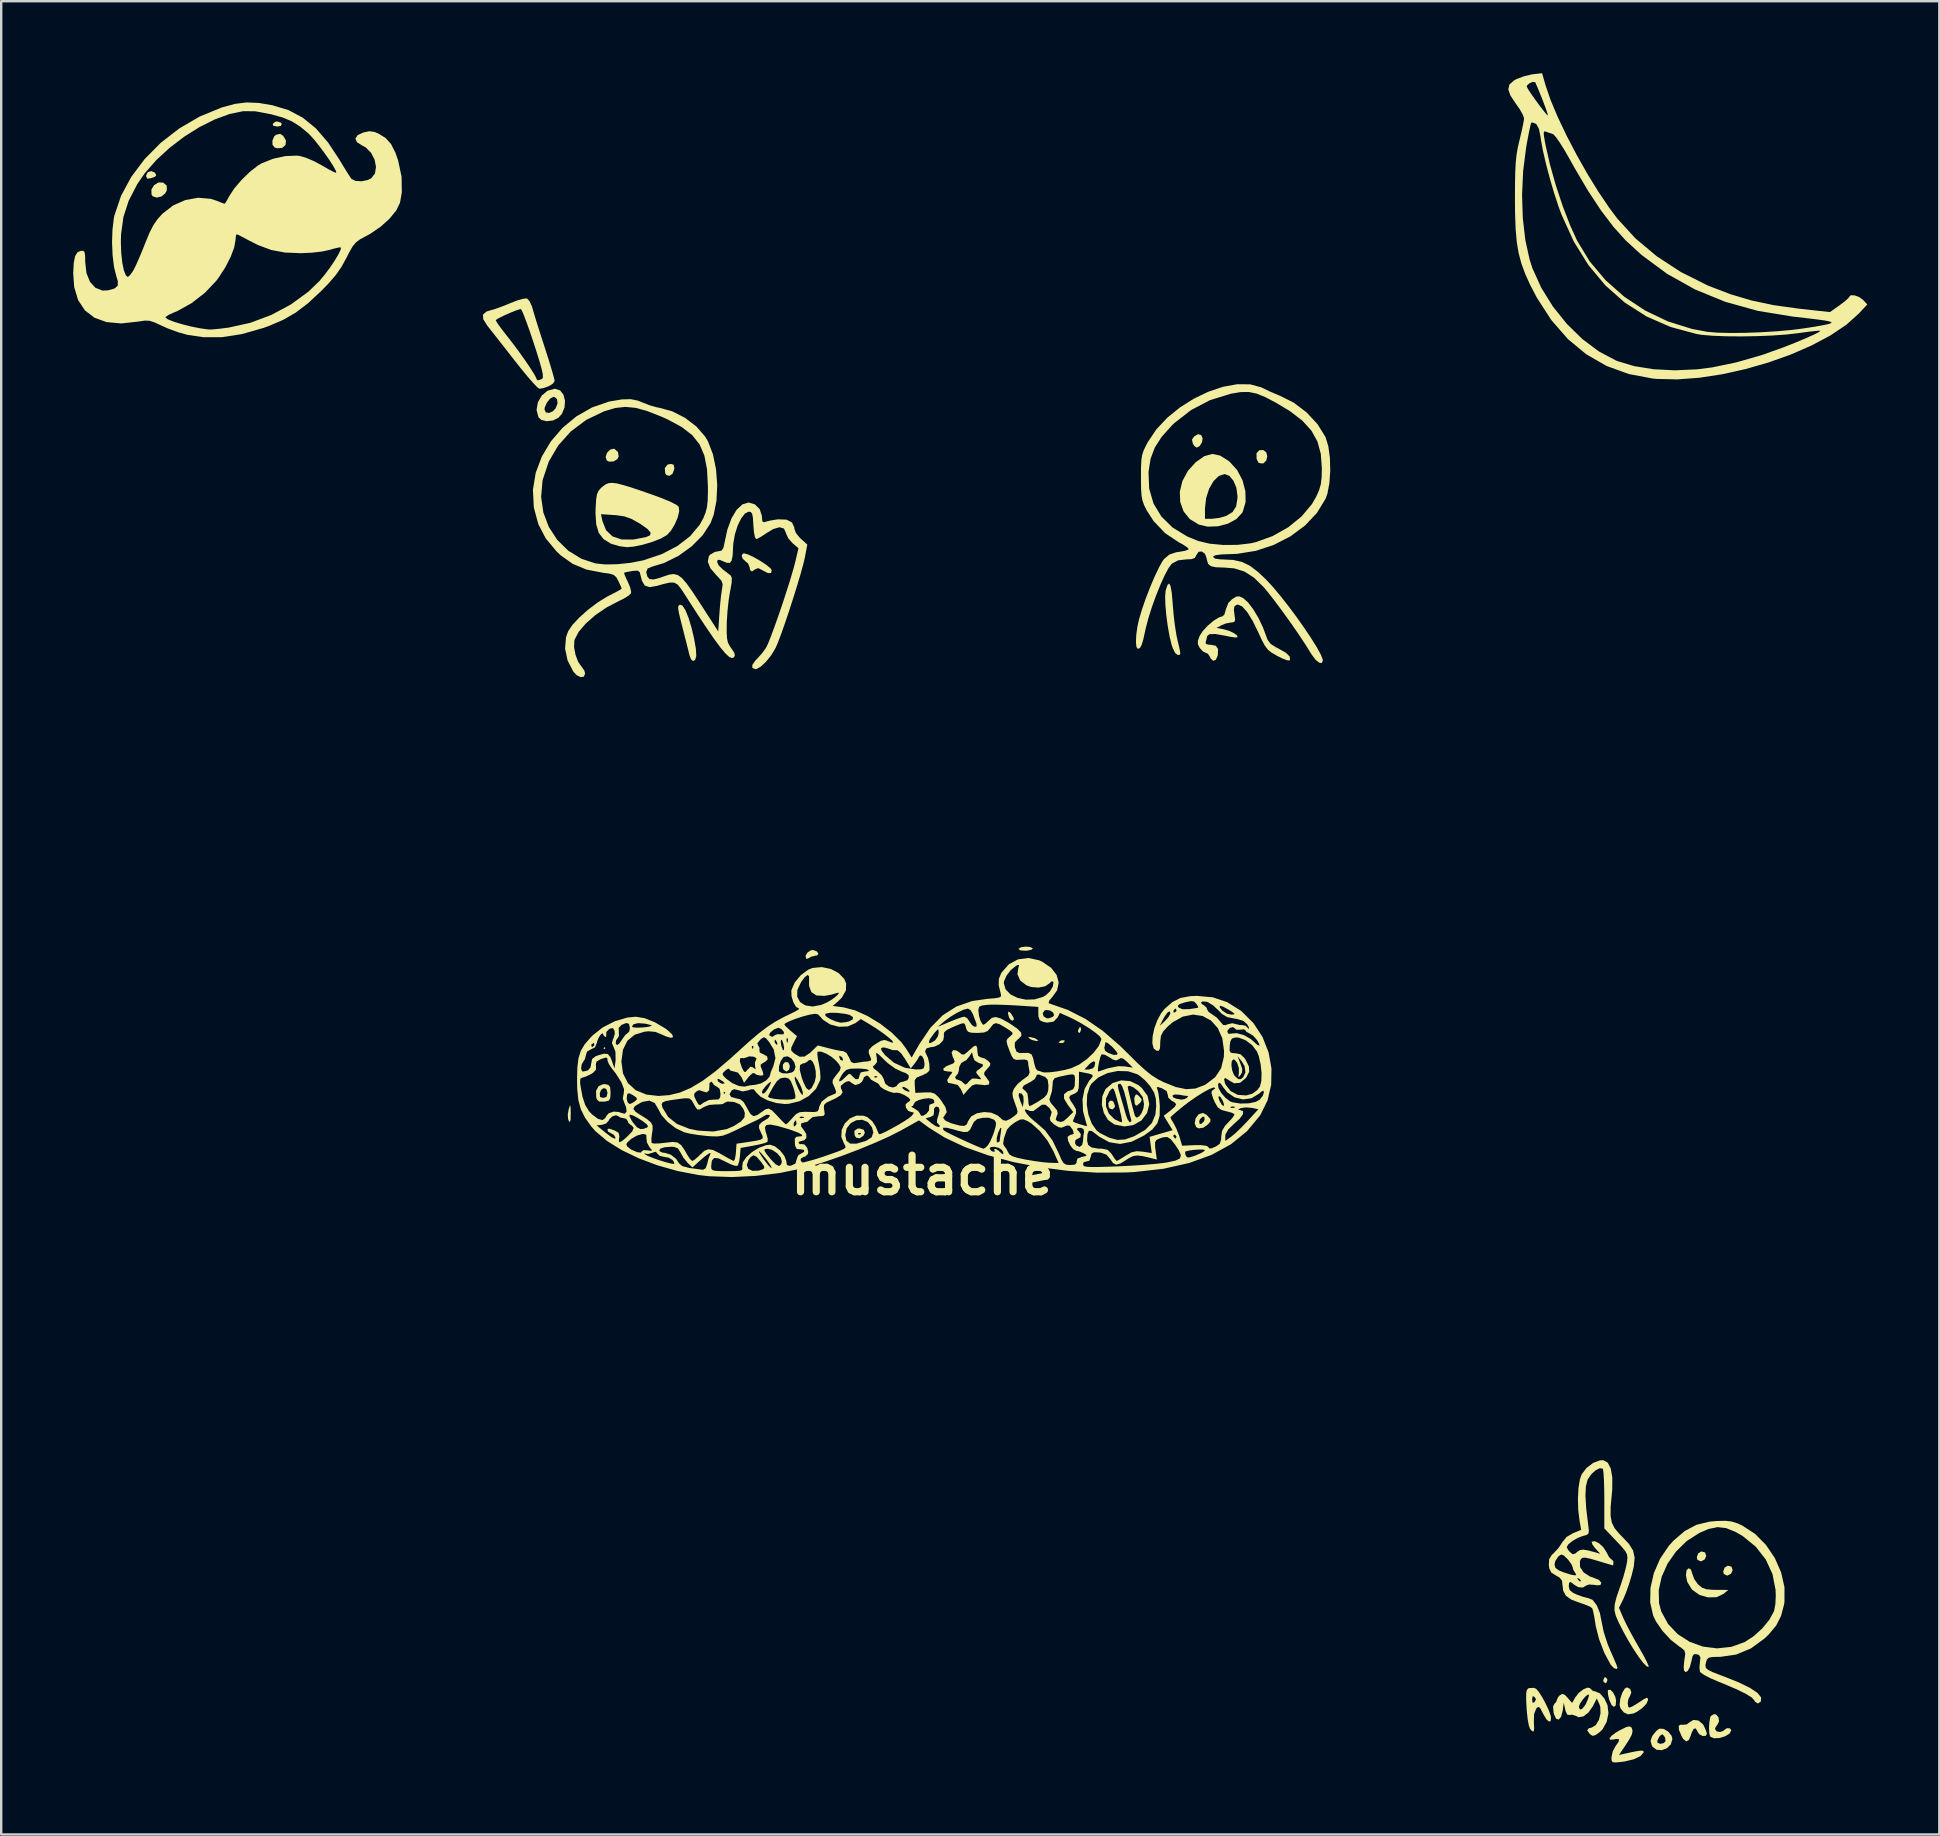
<source format=kicad_pcb>
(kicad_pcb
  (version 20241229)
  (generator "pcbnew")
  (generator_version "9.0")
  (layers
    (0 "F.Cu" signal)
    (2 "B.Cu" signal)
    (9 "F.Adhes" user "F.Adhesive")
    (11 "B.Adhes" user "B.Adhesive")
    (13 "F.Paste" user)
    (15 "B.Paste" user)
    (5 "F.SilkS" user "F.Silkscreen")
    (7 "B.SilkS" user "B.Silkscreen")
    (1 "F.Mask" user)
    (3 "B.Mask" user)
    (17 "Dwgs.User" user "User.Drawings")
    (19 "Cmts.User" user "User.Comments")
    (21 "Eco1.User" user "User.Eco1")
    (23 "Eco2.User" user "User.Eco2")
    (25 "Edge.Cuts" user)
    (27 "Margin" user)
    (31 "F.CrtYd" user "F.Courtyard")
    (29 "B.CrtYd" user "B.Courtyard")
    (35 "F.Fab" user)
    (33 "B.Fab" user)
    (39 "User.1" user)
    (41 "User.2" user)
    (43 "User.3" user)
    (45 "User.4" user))
  (footprint "mustache"
    (layer "F.Cu")
    (at 35.382 45.91)
    (property "Reference" "mustache" (at 0 0 0) (layer "F.SilkS") (effects (font (size 1.524 1.524) (thickness 0.3))))
    (attr board_only exclude_from_pos_files exclude_from_bom)
    (fp_poly (pts (xy -13.208 -5.292) (xy -13.25 -5.249) (xy -13.293 -5.292) (xy -13.25 -5.334)) (stroke (width 0) (type solid)) (fill yes) (layer "F.SilkS"))
    (fp_poly (pts (xy -26.733 -43.85) (xy -26.691 -43.794) (xy -26.733 -43.712) (xy -26.882 -43.688) (xy -27.047 -43.72) (xy -27.072 -43.794) (xy -26.969 -43.884) (xy -26.882 -43.9)) (stroke (width 0) (type solid)) (fill yes) (layer "F.SilkS"))
    (fp_poly (pts (xy 5.927 -5.585) (xy 5.858 -5.513) (xy 5.8 -5.503) (xy 5.687 -5.521) (xy 5.673 -5.537) (xy 5.739 -5.591) (xy 5.8 -5.619) (xy 5.909 -5.62)) (stroke (width 0) (type solid)) (fill yes) (layer "F.SilkS"))
    (fp_poly (pts (xy 6.6 -6.112) (xy 6.604 -6.054) (xy 6.56 -5.941) (xy 6.522 -5.927) (xy 6.475 -5.989) (xy 6.489 -6.054) (xy 6.549 -6.165) (xy 6.571 -6.181)) (stroke (width 0) (type solid)) (fill yes) (layer "F.SilkS"))
    (fp_poly (pts (xy 28.523 20.981) (xy 28.533 21.04) (xy 28.487 21.152) (xy 28.448 21.167) (xy 28.373 21.098) (xy 28.363 21.04) (xy 28.409 20.927) (xy 28.448 20.913)) (stroke (width 0) (type solid)) (fill yes) (layer "F.SilkS"))
    (fp_poly (pts (xy 3.672 -6.754) (xy 3.686 -6.736) (xy 3.782 -6.583) (xy 3.81 -6.503) (xy 3.765 -6.435) (xy 3.673 -6.472) (xy 3.607 -6.569) (xy 3.559 -6.751) (xy 3.584 -6.821)) (stroke (width 0) (type solid)) (fill yes) (layer "F.SilkS"))
    (fp_poly (pts (xy 7.911 -3.1) (xy 7.961 -3.047) (xy 8.017 -2.897) (xy 8.015 -2.842) (xy 7.923 -2.74) (xy 7.805 -2.771) (xy 7.755 -2.847) (xy 7.743 -3.003) (xy 7.811 -3.102)) (stroke (width 0) (type solid)) (fill yes) (layer "F.SilkS"))
    (fp_poly (pts (xy -31.991 -41.776) (xy -31.958 -41.735) (xy -31.924 -41.649) (xy -31.987 -41.591) (xy -32.152 -41.534) (xy -32.297 -41.516) (xy -32.342 -41.613) (xy -32.343 -41.65) (xy -32.278 -41.784) (xy -32.135 -41.831)) (stroke (width 0) (type solid)) (fill yes) (layer "F.SilkS"))
    (fp_poly (pts (xy -14.658 -2.759) (xy -14.655 -2.603) (xy -14.66 -2.326) (xy -14.687 -2.211) (xy -14.735 -2.261) (xy -14.767 -2.349) (xy -14.777 -2.535) (xy -14.738 -2.752) (xy -14.693 -2.889) (xy -14.669 -2.897)) (stroke (width 0) (type solid)) (fill yes) (layer "F.SilkS"))
    (fp_poly (pts (xy -10.369 -29.601) (xy -10.339 -29.471) (xy -10.345 -29.401) (xy -10.414 -29.224) (xy -10.538 -29.137) (xy -10.664 -29.164) (xy -10.72 -29.246) (xy -10.736 -29.457) (xy -10.628 -29.6) (xy -10.496 -29.633)) (stroke (width 0) (type solid)) (fill yes) (layer "F.SilkS"))
    (fp_poly (pts (xy -5.612 -4.706) (xy -5.577 -4.679) (xy -5.523 -4.54) (xy -5.56 -4.392) (xy -5.666 -4.318) (xy -5.673 -4.318) (xy -5.777 -4.386) (xy -5.814 -4.451) (xy -5.817 -4.607) (xy -5.733 -4.709)) (stroke (width 0) (type solid)) (fill yes) (layer "F.SilkS"))
    (fp_poly (pts (xy 4.669 -5.71) (xy 4.741 -5.673) (xy 4.826 -5.607) (xy 4.763 -5.591) (xy 4.741 -5.591) (xy 4.56 -5.635) (xy 4.487 -5.673) (xy 4.403 -5.739) (xy 4.466 -5.755) (xy 4.487 -5.755)) (stroke (width 0) (type solid)) (fill yes) (layer "F.SilkS"))
    (fp_poly (pts (xy 11.617 -30.825) (xy 11.67 -30.702) (xy 11.645 -30.529) (xy 11.543 -30.373) (xy 11.423 -30.311) (xy 11.33 -30.376) (xy 11.264 -30.474) (xy 11.227 -30.643) (xy 11.313 -30.774) (xy 11.484 -30.875)) (stroke (width 0) (type solid)) (fill yes) (layer "F.SilkS"))
    (fp_poly (pts (xy 32.596 15.714) (xy 32.605 15.723) (xy 32.652 15.865) (xy 32.585 16.01) (xy 32.439 16.086) (xy 32.418 16.087) (xy 32.284 16.023) (xy 32.258 15.915) (xy 32.318 15.754) (xy 32.452 15.675)) (stroke (width 0) (type solid)) (fill yes) (layer "F.SilkS"))
    (fp_poly (pts (xy 33.697 16.307) (xy 33.706 16.315) (xy 33.753 16.458) (xy 33.685 16.603) (xy 33.539 16.678) (xy 33.519 16.679) (xy 33.384 16.615) (xy 33.359 16.507) (xy 33.418 16.347) (xy 33.553 16.268)) (stroke (width 0) (type solid)) (fill yes) (layer "F.SilkS"))
    (fp_poly (pts (xy -31.636 -41.353) (xy -31.485 -41.226) (xy -31.481 -41.034) (xy -31.55 -40.904) (xy -31.71 -40.772) (xy -31.904 -40.729) (xy -32.067 -40.78) (xy -32.119 -40.852) (xy -32.125 -41.062) (xy -32.012 -41.248) (xy -31.83 -41.359)) (stroke (width 0) (type solid)) (fill yes) (layer "F.SilkS"))
    (fp_poly (pts (xy -26.634 -43.301) (xy -26.516 -43.101) (xy -26.538 -42.921) (xy -26.67 -42.801) (xy -26.882 -42.782) (xy -26.988 -42.813) (xy -27.079 -42.926) (xy -27.083 -43.106) (xy -27.009 -43.278) (xy -26.93 -43.346) (xy -26.759 -43.383)) (stroke (width 0) (type solid)) (fill yes) (layer "F.SilkS"))
    (fp_poly (pts (xy -12.831 -30.258) (xy -12.687 -30.13) (xy -12.657 -29.945) (xy -12.709 -29.834) (xy -12.87 -29.736) (xy -13.059 -29.727) (xy -13.152 -29.774) (xy -13.201 -29.923) (xy -13.142 -30.094) (xy -13.015 -30.228) (xy -12.859 -30.266)) (stroke (width 0) (type solid)) (fill yes) (layer "F.SilkS"))
    (fp_poly (pts (xy 4.466 -9.511) (xy 4.584 -9.462) (xy 4.593 -9.444) (xy 4.533 -9.39) (xy 4.356 -9.355) (xy 4.294 -9.352) (xy 4.08 -9.365) (xy 4.003 -9.42) (xy 4.005 -9.433) (xy 4.1 -9.496) (xy 4.279 -9.522)) (stroke (width 0) (type solid)) (fill yes) (layer "F.SilkS"))
    (fp_poly (pts (xy 8.97 -3.34) (xy 9.038 -3.275) (xy 9.134 -3.155) (xy 9.102 -3.058) (xy 9.038 -2.991) (xy 8.927 -2.895) (xy 8.87 -2.925) (xy 8.842 -2.991) (xy 8.823 -3.193) (xy 8.842 -3.275) (xy 8.894 -3.37)) (stroke (width 0) (type solid)) (fill yes) (layer "F.SilkS"))
    (fp_poly (pts (xy 14.322 -30.118) (xy 14.364 -29.949) (xy 14.324 -29.774) (xy 14.205 -29.66) (xy 14.163 -29.649) (xy 14.009 -29.672) (xy 13.926 -29.824) (xy 13.92 -29.846) (xy 13.915 -30.076) (xy 14.027 -30.202) (xy 14.194 -30.212)) (stroke (width 0) (type solid)) (fill yes) (layer "F.SilkS"))
    (fp_poly (pts (xy -4.399 -9.321) (xy -4.337 -9.23) (xy -4.385 -9.157) (xy -4.463 -9.144) (xy -4.643 -9.101) (xy -4.709 -9.058) (xy -4.817 -9.011) (xy -4.85 -9.027) (xy -4.872 -9.144) (xy -4.789 -9.278) (xy -4.649 -9.37) (xy -4.552 -9.382)) (stroke (width 0) (type solid)) (fill yes) (layer "F.SilkS"))
    (fp_poly (pts (xy 28.772 21.551) (xy 28.863 21.73) (xy 28.896 21.883) (xy 28.88 22.09) (xy 28.808 22.152) (xy 28.709 22.074) (xy 28.612 21.86) (xy 28.609 21.849) (xy 28.557 21.624) (xy 28.552 21.471) (xy 28.563 21.446) (xy 28.661 21.441)) (stroke (width 0) (type solid)) (fill yes) (layer "F.SilkS"))
    (fp_poly (pts (xy -2.448 -1.895) (xy -2.4 -1.765) (xy -2.458 -1.647) (xy -2.62 -1.535) (xy -2.766 -1.566) (xy -2.828 -1.659) (xy -2.833 -1.75) (xy -2.681 -1.75) (xy -2.669 -1.699) (xy -2.625 -1.693) (xy -2.555 -1.724) (xy -2.568 -1.75) (xy -2.669 -1.76) (xy -2.681 -1.75) (xy -2.833 -1.75) (xy -2.84 -1.844) (xy -2.711 -1.939) (xy -2.625 -1.947)) (stroke (width 0) (type solid)) (fill yes) (layer "F.SilkS"))
    (fp_poly (pts (xy 32.015 16.428) (xy 32.072 16.609) (xy 32.15 16.824) (xy 32.303 17.04) (xy 32.317 17.054) (xy 32.469 17.18) (xy 32.643 17.247) (xy 32.899 17.272) (xy 33.053 17.275) (xy 33.57 17.278) (xy 33.37 17.444) (xy 33.08 17.581) (xy 32.718 17.589) (xy 32.37 17.487) (xy 32.055 17.263) (xy 31.858 16.936) (xy 31.805 16.66) (xy 31.835 16.455) (xy 31.92 16.375)) (stroke (width 0) (type solid)) (fill yes) (layer "F.SilkS"))
    (fp_poly (pts (xy -9.992 -23.721) (xy -9.872 -23.528) (xy -9.744 -23.212) (xy -9.618 -22.795) (xy -9.52 -22.382) (xy -9.44 -21.932) (xy -9.424 -21.629) (xy -9.473 -21.463) (xy -9.563 -21.421) (xy -9.642 -21.493) (xy -9.704 -21.654) (xy -9.749 -21.836) (xy -9.824 -22.133) (xy -9.916 -22.494) (xy -9.966 -22.691) (xy -10.075 -23.117) (xy -10.144 -23.408) (xy -10.177 -23.59) (xy -10.177 -23.693) (xy -10.147 -23.744) (xy -10.095 -23.769)) (stroke (width 0) (type solid)) (fill yes) (layer "F.SilkS"))
    (fp_poly (pts (xy -7.266 -25.86) (xy -7.029 -25.748) (xy -6.765 -25.598) (xy -6.521 -25.437) (xy -6.344 -25.295) (xy -6.281 -25.209) (xy -6.307 -25.089) (xy -6.437 -25.083) (xy -6.648 -25.19) (xy -6.671 -25.206) (xy -6.841 -25.29) (xy -6.957 -25.25) (xy -6.964 -25.244) (xy -7.106 -25.152) (xy -7.185 -25.213) (xy -7.197 -25.312) (xy -7.265 -25.482) (xy -7.366 -25.569) (xy -7.492 -25.684) (xy -7.534 -25.814) (xy -7.479 -25.898) (xy -7.429 -25.906)) (stroke (width 0) (type solid)) (fill yes) (layer "F.SilkS"))
    (fp_poly (pts (xy 11.821 -2.522) (xy 11.879 -2.467) (xy 11.996 -2.334) (xy 11.994 -2.238) (xy 11.898 -2.12) (xy 11.704 -1.98) (xy 11.508 -1.951) (xy 11.402 -2.004) (xy 11.341 -2.167) (xy 11.357 -2.248) (xy 11.528 -2.248) (xy 11.546 -2.136) (xy 11.612 -2.135) (xy 11.725 -2.242) (xy 11.756 -2.324) (xy 11.737 -2.436) (xy 11.671 -2.437) (xy 11.559 -2.33) (xy 11.528 -2.248) (xy 11.357 -2.248) (xy 11.38 -2.37) (xy 11.498 -2.529) (xy 11.525 -2.546) (xy 11.681 -2.593)) (stroke (width 0) (type solid)) (fill yes) (layer "F.SilkS"))
    (fp_poly (pts (xy 32.324 22.717) (xy 32.511 22.872) (xy 32.552 22.94) (xy 32.642 23.138) (xy 32.681 23.275) (xy 32.681 23.279) (xy 32.623 23.361) (xy 32.494 23.36) (xy 32.362 23.29) (xy 32.3 23.199) (xy 32.218 23.05) (xy 32.127 23.065) (xy 32.041 23.237) (xy 32.024 23.299) (xy 31.931 23.528) (xy 31.819 23.59) (xy 31.691 23.484) (xy 31.628 23.378) (xy 31.515 23.107) (xy 31.506 22.938) (xy 31.599 22.887) (xy 31.653 22.899) (xy 31.839 22.881) (xy 31.918 22.82) (xy 32.11 22.697)) (stroke (width 0) (type solid)) (fill yes) (layer "F.SilkS"))
    (fp_poly (pts (xy 33.054 22.464) (xy 33.161 22.579) (xy 33.186 22.752) (xy 33.119 22.892) (xy 33.105 22.902) (xy 33.027 23.025) (xy 33.02 23.077) (xy 33.086 23.169) (xy 33.229 23.197) (xy 33.368 23.151) (xy 33.401 23.114) (xy 33.511 23.039) (xy 33.638 23.045) (xy 33.697 23.126) (xy 33.623 23.263) (xy 33.438 23.376) (xy 33.203 23.448) (xy 32.977 23.459) (xy 32.822 23.396) (xy 32.782 23.27) (xy 32.768 23.047) (xy 32.781 22.798) (xy 32.817 22.594) (xy 32.843 22.53) (xy 32.975 22.454)) (stroke (width 0) (type solid)) (fill yes) (layer "F.SilkS"))
    (fp_poly (pts (xy 10.335 -24.544) (xy 10.384 -24.27) (xy 10.423 -23.833) (xy 10.425 -23.791) (xy 10.463 -23.34) (xy 10.519 -22.878) (xy 10.584 -22.476) (xy 10.616 -22.326) (xy 10.693 -22) (xy 10.734 -21.806) (xy 10.739 -21.71) (xy 10.709 -21.677) (xy 10.645 -21.675) (xy 10.629 -21.675) (xy 10.528 -21.753) (xy 10.423 -21.967) (xy 10.382 -22.089) (xy 10.293 -22.454) (xy 10.216 -22.886) (xy 10.156 -23.339) (xy 10.119 -23.767) (xy 10.109 -24.124) (xy 10.131 -24.363) (xy 10.132 -24.368) (xy 10.209 -24.594) (xy 10.277 -24.652)) (stroke (width 0) (type solid)) (fill yes) (layer "F.SilkS"))
    (fp_poly (pts (xy 29.48 21.403) (xy 29.532 21.551) (xy 29.475 21.697) (xy 29.406 21.831) (xy 29.381 22.005) (xy 29.403 22.144) (xy 29.452 22.183) (xy 29.561 22.139) (xy 29.75 22.028) (xy 29.837 21.971) (xy 30.058 21.826) (xy 30.174 21.771) (xy 30.219 21.798) (xy 30.226 21.872) (xy 30.157 22.025) (xy 29.984 22.203) (xy 29.757 22.362) (xy 29.622 22.425) (xy 29.398 22.462) (xy 29.22 22.384) (xy 29.082 22.215) (xy 29.041 22.064) (xy 29.072 21.808) (xy 29.152 21.566) (xy 29.257 21.391) (xy 29.348 21.336)) (stroke (width 0) (type solid)) (fill yes) (layer "F.SilkS"))
    (fp_poly (pts (xy -13.223 -3.794) (xy -13.077 -3.758) (xy -13.012 -3.662) (xy -12.996 -3.453) (xy -12.996 -3.429) (xy -13.007 -3.21) (xy -13.066 -3.108) (xy -13.212 -3.07) (xy -13.269 -3.064) (xy -13.466 -3.067) (xy -13.561 -3.151) (xy -13.593 -3.247) (xy -13.597 -3.407) (xy -13.447 -3.407) (xy -13.43 -3.258) (xy -13.299 -3.217) (xy -13.299 -3.217) (xy -13.163 -3.263) (xy -13.123 -3.424) (xy -13.123 -3.435) (xy -13.172 -3.592) (xy -13.28 -3.63) (xy -13.392 -3.554) (xy -13.447 -3.407) (xy -13.597 -3.407) (xy -13.6 -3.513) (xy -13.492 -3.709) (xy -13.296 -3.795)) (stroke (width 0) (type solid)) (fill yes) (layer "F.SilkS"))
    (fp_poly (pts (xy 30.878 23.067) (xy 31.068 23.182) (xy 31.208 23.355) (xy 31.242 23.484) (xy 31.177 23.712) (xy 31.013 23.874) (xy 30.8 23.954) (xy 30.584 23.938) (xy 30.414 23.81) (xy 30.382 23.752) (xy 30.333 23.562) (xy 30.335 23.554) (xy 30.615 23.554) (xy 30.618 23.639) (xy 30.731 23.692) (xy 30.879 23.661) (xy 30.958 23.58) (xy 30.939 23.444) (xy 30.9 23.368) (xy 30.822 23.291) (xy 30.736 23.348) (xy 30.693 23.402) (xy 30.615 23.554) (xy 30.335 23.554) (xy 30.398 23.377) (xy 30.431 23.325) (xy 30.572 23.152) (xy 30.697 23.058)) (stroke (width 0) (type solid)) (fill yes) (layer "F.SilkS"))
    (fp_poly (pts (xy -15.099 -32.696) (xy -14.957 -32.515) (xy -14.893 -32.263) (xy -14.913 -31.985) (xy -15.021 -31.721) (xy -15.164 -31.559) (xy -15.393 -31.443) (xy -15.653 -31.412) (xy -15.88 -31.466) (xy -15.999 -31.575) (xy -16.078 -31.881) (xy -16.074 -31.9) (xy -15.748 -31.9) (xy -15.691 -31.777) (xy -15.555 -31.756) (xy -15.393 -31.83) (xy -15.282 -31.95) (xy -15.204 -32.155) (xy -15.225 -32.331) (xy -15.335 -32.424) (xy -15.371 -32.427) (xy -15.509 -32.357) (xy -15.647 -32.188) (xy -15.736 -31.988) (xy -15.748 -31.9) (xy -16.074 -31.9) (xy -16.024 -32.197) (xy -15.863 -32.478) (xy -15.621 -32.682) (xy -15.321 -32.764) (xy -15.314 -32.764)) (stroke (width 0) (type solid)) (fill yes) (layer "F.SilkS"))
    (fp_poly (pts (xy 29.528 23.001) (xy 29.543 23.022) (xy 29.584 23.143) (xy 29.555 23.296) (xy 29.441 23.516) (xy 29.268 23.782) (xy 29.016 24.155) (xy 29.261 24.099) (xy 29.638 24.018) (xy 29.876 23.977) (xy 30.004 23.974) (xy 30.047 24.008) (xy 30.041 24.054) (xy 29.911 24.203) (xy 29.644 24.33) (xy 29.272 24.421) (xy 29.127 24.442) (xy 28.877 24.467) (xy 28.751 24.453) (xy 28.708 24.379) (xy 28.704 24.248) (xy 28.758 24.001) (xy 28.871 23.791) (xy 29.007 23.593) (xy 29.017 23.496) (xy 28.897 23.488) (xy 28.818 23.505) (xy 28.655 23.521) (xy 28.621 23.465) (xy 28.706 23.356) (xy 28.895 23.215) (xy 29.069 23.114) (xy 29.311 22.996) (xy 29.45 22.961)) (stroke (width 0) (type solid)) (fill yes) (layer "F.SilkS"))
    (fp_poly (pts (xy 25.56 21.394) (xy 25.671 21.518) (xy 25.817 21.746) (xy 25.968 22.025) (xy 26.096 22.303) (xy 26.173 22.526) (xy 26.181 22.57) (xy 26.175 22.735) (xy 26.104 22.765) (xy 25.992 22.667) (xy 25.864 22.451) (xy 25.863 22.45) (xy 25.754 22.235) (xy 25.681 22.152) (xy 25.611 22.179) (xy 25.565 22.23) (xy 25.479 22.456) (xy 25.471 22.789) (xy 25.483 23.057) (xy 25.462 23.176) (xy 25.399 23.162) (xy 25.315 23.071) (xy 25.263 22.933) (xy 25.214 22.671) (xy 25.176 22.334) (xy 25.166 22.184) (xy 25.15 21.844) (xy 25.4 21.844) (xy 25.417 21.979) (xy 25.481 21.965) (xy 25.502 21.946) (xy 25.56 21.83) (xy 25.502 21.742) (xy 25.426 21.701) (xy 25.401 21.803) (xy 25.4 21.844) (xy 25.15 21.844) (xy 25.149 21.818) (xy 25.151 21.586) (xy 25.176 21.454) (xy 25.23 21.388) (xy 25.273 21.367) (xy 25.469 21.359)) (stroke (width 0) (type solid)) (fill yes) (layer "F.SilkS"))
    (fp_poly (pts (xy 12.396 -29.982) (xy 12.754 -29.757) (xy 12.798 -29.721) (xy 13.111 -29.374) (xy 13.333 -28.95) (xy 13.453 -28.492) (xy 13.461 -28.043) (xy 13.346 -27.647) (xy 13.316 -27.591) (xy 13.073 -27.332) (xy 12.719 -27.141) (xy 12.303 -27.033) (xy 11.875 -27.02) (xy 11.515 -27.104) (xy 11.135 -27.334) (xy 11.125 -27.347) (xy 11.769 -27.347) (xy 12.068 -27.347) (xy 12.363 -27.383) (xy 12.654 -27.467) (xy 12.918 -27.628) (xy 13.067 -27.86) (xy 13.121 -28.201) (xy 13.123 -28.294) (xy 13.077 -28.637) (xy 12.957 -28.93) (xy 12.785 -29.135) (xy 12.589 -29.21) (xy 12.347 -29.131) (xy 12.125 -28.916) (xy 11.942 -28.598) (xy 11.817 -28.211) (xy 11.769 -27.788) (xy 11.769 -27.773) (xy 11.769 -27.347) (xy 11.125 -27.347) (xy 10.876 -27.658) (xy 10.737 -28.049) (xy 10.721 -28.48) (xy 10.829 -28.922) (xy 11.062 -29.35) (xy 11.384 -29.704) (xy 11.739 -29.955) (xy 12.067 -30.048)) (stroke (width 0) (type solid)) (fill yes) (layer "F.SilkS"))
    (fp_poly (pts (xy -12.738 -28.821) (xy -12.455 -28.75) (xy -12.069 -28.63) (xy -11.556 -28.456) (xy -11.394 -28.4) (xy -10.866 -28.208) (xy -10.476 -28.045) (xy -10.233 -27.916) (xy -10.154 -27.844) (xy -10.135 -27.66) (xy -10.199 -27.397) (xy -10.324 -27.107) (xy -10.486 -26.842) (xy -10.649 -26.667) (xy -10.897 -26.525) (xy -11.252 -26.385) (xy -11.654 -26.266) (xy -12.04 -26.187) (xy -12.307 -26.164) (xy -12.618 -26.203) (xy -12.943 -26.297) (xy -13.003 -26.322) (xy -13.294 -26.506) (xy -13.488 -26.762) (xy -13.594 -27.115) (xy -13.62 -27.538) (xy -13.395 -27.538) (xy -13.334 -27.252) (xy -13.183 -26.871) (xy -12.918 -26.615) (xy -12.539 -26.485) (xy -12.048 -26.481) (xy -11.515 -26.584) (xy -11.348 -26.66) (xy -11.326 -26.768) (xy -11.452 -26.918) (xy -11.731 -27.118) (xy -11.798 -27.16) (xy -12.131 -27.346) (xy -12.426 -27.449) (xy -12.77 -27.497) (xy -12.844 -27.502) (xy -13.395 -27.538) (xy -13.62 -27.538) (xy -13.623 -27.591) (xy -13.618 -27.788) (xy -13.597 -28.134) (xy -13.564 -28.356) (xy -13.504 -28.503) (xy -13.402 -28.622) (xy -13.34 -28.677) (xy -13.219 -28.77) (xy -13.095 -28.827) (xy -12.943 -28.846)) (stroke (width 0) (type solid)) (fill yes) (layer "F.SilkS"))
    (fp_poly (pts (xy -16.476 -36.525) (xy -16.373 -36.417) (xy -16.276 -36.207) (xy -16.25 -36.123) (xy -16.191 -35.92) (xy -16.092 -35.593) (xy -15.962 -35.182) (xy -15.815 -34.724) (xy -15.741 -34.495) (xy -15.598 -34.05) (xy -15.477 -33.655) (xy -15.385 -33.341) (xy -15.333 -33.139) (xy -15.325 -33.085) (xy -15.398 -32.976) (xy -15.577 -32.867) (xy -15.802 -32.788) (xy -15.967 -32.766) (xy -16.052 -32.83) (xy -16.221 -33.007) (xy -16.454 -33.275) (xy -16.733 -33.613) (xy -16.984 -33.93) (xy -17.301 -34.336) (xy -17.6 -34.718) (xy -17.857 -35.046) (xy -18.05 -35.291) (xy -18.135 -35.398) (xy -18.274 -35.619) (xy -17.779 -35.619) (xy -17.73 -35.526) (xy -17.597 -35.337) (xy -17.407 -35.087) (xy -17.325 -34.984) (xy -17.062 -34.646) (xy -16.795 -34.286) (xy -16.545 -33.933) (xy -16.331 -33.617) (xy -16.174 -33.367) (xy -16.093 -33.211) (xy -16.087 -33.184) (xy -16.032 -33.11) (xy -15.879 -33.159) (xy -15.846 -33.179) (xy -15.814 -33.237) (xy -15.818 -33.361) (xy -15.862 -33.573) (xy -15.951 -33.892) (xy -16.09 -34.338) (xy -16.201 -34.681) (xy -16.355 -35.139) (xy -16.496 -35.535) (xy -16.613 -35.842) (xy -16.697 -36.035) (xy -16.738 -36.091) (xy -16.946 -36.021) (xy -17.202 -35.919) (xy -17.456 -35.805) (xy -17.662 -35.702) (xy -17.772 -35.631) (xy -17.779 -35.619) (xy -18.274 -35.619) (xy -18.299 -35.659) (xy -18.311 -35.851) (xy -18.169 -35.979) (xy -18.006 -36.029) (xy -17.791 -36.092) (xy -17.489 -36.202) (xy -17.173 -36.331) (xy -16.878 -36.445) (xy -16.63 -36.515) (xy -16.481 -36.527)) (stroke (width 0) (type solid)) (fill yes) (layer "F.SilkS"))
    (fp_poly (pts (xy 27.815 21.369) (xy 27.834 21.4) (xy 27.938 21.491) (xy 28.019 21.505) (xy 28.219 21.584) (xy 28.407 21.799) (xy 28.537 22.074) (xy 28.579 22.415) (xy 28.504 22.775) (xy 28.333 23.085) (xy 28.223 23.194) (xy 28.036 23.328) (xy 27.918 23.357) (xy 27.813 23.291) (xy 27.788 23.266) (xy 27.693 23.126) (xy 27.757 23.043) (xy 27.877 23.014) (xy 28.048 22.913) (xy 28.178 22.699) (xy 28.248 22.428) (xy 28.239 22.155) (xy 28.202 22.041) (xy 28.093 21.802) (xy 27.928 22.123) (xy 27.744 22.388) (xy 27.536 22.547) (xy 27.336 22.581) (xy 27.234 22.532) (xy 27.063 22.474) (xy 26.977 22.487) (xy 26.871 22.482) (xy 26.8 22.349) (xy 26.777 22.255) (xy 26.753 22.145) (xy 27.347 22.145) (xy 27.385 22.258) (xy 27.478 22.236) (xy 27.599 22.093) (xy 27.641 22.018) (xy 27.731 21.812) (xy 27.768 21.661) (xy 27.768 21.658) (xy 27.726 21.635) (xy 27.626 21.712) (xy 27.507 21.848) (xy 27.402 22.001) (xy 27.349 22.128) (xy 27.347 22.145) (xy 26.753 22.145) (xy 26.716 21.971) (xy 26.672 22.309) (xy 26.604 22.567) (xy 26.503 22.68) (xy 26.396 22.643) (xy 26.307 22.45) (xy 26.292 22.38) (xy 26.271 22.138) (xy 26.322 22.031) (xy 26.324 22.03) (xy 26.41 21.93) (xy 26.416 21.89) (xy 26.476 21.75) (xy 26.553 21.667) (xy 26.663 21.607) (xy 26.771 21.658) (xy 26.876 21.77) (xy 27.063 21.987) (xy 27.201 21.746) (xy 27.347 21.562) (xy 27.528 21.422) (xy 27.699 21.349)) (stroke (width 0) (type solid)) (fill yes) (layer "F.SilkS"))
    (fp_poly (pts (xy 13.36 -24.041) (xy 13.557 -23.869) (xy 13.778 -23.579) (xy 13.997 -23.214) (xy 14.186 -22.818) (xy 14.28 -22.564) (xy 14.379 -22.302) (xy 14.504 -22.136) (xy 14.709 -22.002) (xy 14.834 -21.94) (xy 15.138 -21.766) (xy 15.301 -21.606) (xy 15.312 -21.471) (xy 15.29 -21.443) (xy 15.193 -21.451) (xy 14.995 -21.527) (xy 14.776 -21.635) (xy 14.549 -21.767) (xy 14.388 -21.896) (xy 14.259 -22.066) (xy 14.126 -22.319) (xy 14.011 -22.573) (xy 13.759 -23.087) (xy 13.526 -23.464) (xy 13.317 -23.695) (xy 13.14 -23.773) (xy 13.088 -23.764) (xy 12.995 -23.695) (xy 12.973 -23.556) (xy 12.996 -23.368) (xy 13.024 -23.152) (xy 12.996 -23.054) (xy 12.894 -23.027) (xy 12.856 -23.026) (xy 12.626 -22.982) (xy 12.455 -22.911) (xy 12.252 -22.799) (xy 12.546 -22.744) (xy 12.777 -22.677) (xy 12.98 -22.581) (xy 13.109 -22.482) (xy 13.123 -22.408) (xy 13.024 -22.402) (xy 12.811 -22.433) (xy 12.585 -22.48) (xy 12.199 -22.547) (xy 11.954 -22.539) (xy 11.855 -22.455) (xy 11.853 -22.435) (xy 11.826 -22.302) (xy 11.802 -22.232) (xy 11.803 -22.136) (xy 11.929 -22.1) (xy 12.005 -22.098) (xy 12.22 -22.057) (xy 12.314 -21.919) (xy 12.303 -21.661) (xy 12.3 -21.648) (xy 12.221 -21.47) (xy 12.107 -21.43) (xy 12.001 -21.536) (xy 11.98 -21.59) (xy 11.887 -21.727) (xy 11.807 -21.759) (xy 11.678 -21.824) (xy 11.554 -21.963) (xy 11.473 -22.119) (xy 11.474 -22.266) (xy 11.546 -22.466) (xy 11.677 -22.671) (xy 11.887 -22.895) (xy 12.128 -23.099) (xy 12.355 -23.241) (xy 12.496 -23.283) (xy 12.578 -23.357) (xy 12.63 -23.538) (xy 12.631 -23.55) (xy 12.742 -23.84) (xy 12.894 -23.993) (xy 13.069 -24.105) (xy 13.201 -24.115)) (stroke (width 0) (type solid)) (fill yes) (layer "F.SilkS"))
    (fp_poly (pts (xy 2.279 -5.307) (xy 2.286 -5.165) (xy 2.318 -4.971) (xy 2.424 -4.911) (xy 2.428 -4.911) (xy 2.598 -4.857) (xy 2.725 -4.769) (xy 2.825 -4.663) (xy 2.817 -4.573) (xy 2.697 -4.432) (xy 2.577 -4.287) (xy 2.571 -4.187) (xy 2.653 -4.079) (xy 2.786 -3.889) (xy 2.77 -3.78) (xy 2.606 -3.75) (xy 2.457 -3.767) (xy 2.223 -3.79) (xy 2.068 -3.736) (xy 1.915 -3.585) (xy 1.709 -3.345) (xy 1.603 -3.578) (xy 1.469 -3.758) (xy 1.263 -3.81) (xy 1.256 -3.81) (xy 1.067 -3.849) (xy 1.028 -3.963) (xy 1.103 -4.085) (xy 1.359 -4.085) (xy 1.402 -3.995) (xy 1.471 -3.979) (xy 1.619 -3.92) (xy 1.695 -3.85) (xy 1.786 -3.773) (xy 1.872 -3.826) (xy 1.926 -3.9) (xy 2.072 -4.028) (xy 2.272 -4.022) (xy 2.424 -3.99) (xy 2.43 -4.031) (xy 2.339 -4.137) (xy 2.237 -4.266) (xy 2.259 -4.345) (xy 2.363 -4.417) (xy 2.516 -4.542) (xy 2.505 -4.626) (xy 2.353 -4.672) (xy 2.178 -4.775) (xy 2.115 -4.911) (xy 2.064 -5.122) (xy 1.943 -4.932) (xy 1.819 -4.789) (xy 1.724 -4.741) (xy 1.613 -4.67) (xy 1.53 -4.508) (xy 1.513 -4.346) (xy 1.467 -4.213) (xy 1.442 -4.192) (xy 1.359 -4.085) (xy 1.103 -4.085) (xy 1.141 -4.147) (xy 1.156 -4.163) (xy 1.243 -4.275) (xy 1.197 -4.314) (xy 1.071 -4.318) (xy 0.892 -4.351) (xy 0.861 -4.431) (xy 0.976 -4.531) (xy 1.101 -4.585) (xy 1.288 -4.659) (xy 1.343 -4.736) (xy 1.291 -4.872) (xy 1.262 -4.925) (xy 1.213 -5.115) (xy 1.283 -5.213) (xy 1.432 -5.189) (xy 1.523 -5.123) (xy 1.643 -5.029) (xy 1.738 -5.029) (xy 1.871 -5.134) (xy 1.932 -5.193) (xy 2.126 -5.362) (xy 2.234 -5.401)) (stroke (width 0) (type solid)) (fill yes) (layer "F.SilkS"))
    (fp_poly (pts (xy 8.647 -3.92) (xy 9 -3.751) (xy 9.138 -3.633) (xy 9.378 -3.304) (xy 9.449 -2.96) (xy 9.355 -2.592) (xy 9.35 -2.583) (xy 9.12 -2.28) (xy 8.793 -2.092) (xy 8.407 -2.031) (xy 8 -2.111) (xy 7.98 -2.119) (xy 7.729 -2.304) (xy 7.556 -2.593) (xy 7.488 -2.872) (xy 7.643 -2.872) (xy 7.762 -2.57) (xy 7.991 -2.34) (xy 8.045 -2.31) (xy 8.216 -2.231) (xy 8.307 -2.203) (xy 8.311 -2.277) (xy 8.277 -2.474) (xy 8.211 -2.755) (xy 8.196 -2.815) (xy 8.092 -3.206) (xy 8.02 -3.456) (xy 7.966 -3.586) (xy 7.917 -3.618) (xy 7.859 -3.575) (xy 7.783 -3.483) (xy 7.646 -3.194) (xy 7.643 -2.872) (xy 7.488 -2.872) (xy 7.472 -2.937) (xy 7.49 -3.283) (xy 7.622 -3.581) (xy 7.631 -3.593) (xy 7.804 -3.74) (xy 8.137 -3.74) (xy 8.16 -3.599) (xy 8.234 -3.341) (xy 8.258 -3.26) (xy 8.353 -2.939) (xy 8.443 -2.624) (xy 8.472 -2.519) (xy 8.548 -2.316) (xy 8.629 -2.207) (xy 8.648 -2.201) (xy 8.705 -2.262) (xy 8.695 -2.315) (xy 8.657 -2.446) (xy 8.595 -2.696) (xy 8.52 -3.017) (xy 8.497 -3.119) (xy 8.405 -3.47) (xy 8.33 -3.674) (xy 8.551 -3.674) (xy 8.571 -3.569) (xy 8.621 -3.353) (xy 8.688 -3.08) (xy 8.758 -2.804) (xy 8.82 -2.576) (xy 8.853 -2.465) (xy 8.926 -2.395) (xy 9.027 -2.449) (xy 9.129 -2.591) (xy 9.205 -2.786) (xy 9.229 -2.961) (xy 9.178 -3.248) (xy 9 -3.489) (xy 8.991 -3.498) (xy 8.797 -3.653) (xy 8.64 -3.726) (xy 8.556 -3.701) (xy 8.551 -3.674) (xy 8.33 -3.674) (xy 8.318 -3.709) (xy 8.243 -3.809) (xy 8.235 -3.81) (xy 8.162 -3.798) (xy 8.137 -3.74) (xy 7.804 -3.74) (xy 7.923 -3.84) (xy 8.275 -3.95)) (stroke (width 0) (type solid)) (fill yes) (layer "F.SilkS"))
    (fp_poly (pts (xy 33.706 14.426) (xy 33.951 14.504) (xy 34.154 14.597) (xy 34.682 14.94) (xy 35.14 15.402) (xy 35.509 15.949) (xy 35.772 16.549) (xy 35.912 17.168) (xy 35.911 17.776) (xy 35.893 17.893) (xy 35.767 18.367) (xy 35.568 18.76) (xy 35.26 19.13) (xy 35.084 19.299) (xy 34.516 19.714) (xy 33.899 19.971) (xy 33.243 20.066) (xy 33.195 20.066) (xy 32.916 20.072) (xy 32.76 20.101) (xy 32.683 20.173) (xy 32.643 20.29) (xy 32.617 20.424) (xy 32.637 20.523) (xy 32.728 20.609) (xy 32.917 20.702) (xy 33.23 20.824) (xy 33.359 20.871) (xy 34.001 21.128) (xy 34.477 21.361) (xy 34.789 21.57) (xy 34.938 21.758) (xy 34.927 21.925) (xy 34.924 21.93) (xy 34.807 22.01) (xy 34.689 21.942) (xy 34.658 21.882) (xy 34.546 21.759) (xy 34.289 21.6) (xy 33.882 21.403) (xy 33.318 21.163) (xy 33.132 21.089) (xy 32.815 20.951) (xy 32.561 20.818) (xy 32.412 20.712) (xy 32.39 20.683) (xy 32.369 20.51) (xy 32.39 20.279) (xy 32.391 20.278) (xy 32.408 20.082) (xy 32.346 19.989) (xy 32.265 19.959) (xy 32.146 19.953) (xy 32.079 20.041) (xy 32.036 20.242) (xy 31.971 20.487) (xy 31.883 20.651) (xy 31.792 20.704) (xy 31.726 20.634) (xy 31.713 20.483) (xy 31.734 20.247) (xy 31.747 20.166) (xy 31.778 19.936) (xy 31.743 19.801) (xy 31.613 19.69) (xy 31.537 19.642) (xy 31.176 19.359) (xy 30.831 18.987) (xy 30.555 18.587) (xy 30.44 18.347) (xy 30.316 17.798) (xy 30.327 17.284) (xy 30.674 17.284) (xy 30.685 17.826) (xy 30.777 18.173) (xy 31.061 18.695) (xy 31.463 19.12) (xy 31.956 19.438) (xy 32.511 19.639) (xy 33.101 19.713) (xy 33.697 19.65) (xy 34.258 19.448) (xy 34.633 19.203) (xy 34.99 18.877) (xy 35.285 18.516) (xy 35.472 18.169) (xy 35.482 18.142) (xy 35.531 17.879) (xy 35.549 17.527) (xy 35.54 17.274) (xy 35.411 16.615) (xy 35.13 16.008) (xy 34.712 15.474) (xy 34.171 15.034) (xy 33.873 14.862) (xy 33.48 14.703) (xy 33.123 14.662) (xy 32.748 14.739) (xy 32.365 14.904) (xy 31.839 15.242) (xy 31.394 15.677) (xy 31.042 16.181) (xy 30.797 16.726) (xy 30.674 17.284) (xy 30.327 17.284) (xy 30.328 17.199) (xy 30.468 16.583) (xy 30.726 15.985) (xy 31.093 15.441) (xy 31.295 15.218) (xy 31.761 14.821) (xy 32.241 14.567) (xy 32.782 14.435) (xy 33.085 14.407) (xy 33.442 14.398)) (stroke (width 0) (type solid)) (fill yes) (layer "F.SilkS"))
    (fp_poly (pts (xy 13.652 -32.948) (xy 14.119 -32.821) (xy 14.188 -32.787) (xy 14.491 -32.641) (xy 14.823 -32.5) (xy 14.892 -32.473) (xy 15.468 -32.184) (xy 16.004 -31.777) (xy 16.457 -31.29) (xy 16.784 -30.763) (xy 16.793 -30.744) (xy 16.908 -30.368) (xy 16.973 -29.887) (xy 16.988 -29.36) (xy 16.954 -28.845) (xy 16.87 -28.397) (xy 16.791 -28.176) (xy 16.431 -27.589) (xy 15.935 -27.064) (xy 15.328 -26.615) (xy 14.638 -26.26) (xy 13.89 -26.012) (xy 13.112 -25.887) (xy 12.848 -25.876) (xy 12.458 -25.862) (xy 12.22 -25.832) (xy 12.115 -25.784) (xy 12.107 -25.76) (xy 12.188 -25.686) (xy 12.425 -25.655) (xy 12.493 -25.654) (xy 12.941 -25.632) (xy 13.309 -25.55) (xy 13.643 -25.388) (xy 13.987 -25.125) (xy 14.314 -24.815) (xy 14.595 -24.512) (xy 14.911 -24.135) (xy 15.246 -23.709) (xy 15.582 -23.258) (xy 15.901 -22.806) (xy 16.187 -22.379) (xy 16.423 -22.001) (xy 16.591 -21.696) (xy 16.674 -21.489) (xy 16.679 -21.447) (xy 16.636 -21.337) (xy 16.526 -21.352) (xy 16.376 -21.475) (xy 16.213 -21.691) (xy 16.19 -21.728) (xy 15.955 -22.106) (xy 15.655 -22.559) (xy 15.316 -23.047) (xy 14.967 -23.532) (xy 14.636 -23.975) (xy 14.351 -24.337) (xy 14.211 -24.502) (xy 13.809 -24.895) (xy 13.416 -25.148) (xy 12.989 -25.281) (xy 12.573 -25.315) (xy 12.227 -25.327) (xy 12.015 -25.372) (xy 11.9 -25.468) (xy 11.848 -25.633) (xy 11.84 -25.697) (xy 11.768 -25.888) (xy 11.638 -25.985) (xy 11.501 -25.97) (xy 11.407 -25.83) (xy 11.407 -25.828) (xy 11.347 -25.717) (xy 11.212 -25.666) (xy 10.977 -25.654) (xy 10.646 -25.615) (xy 10.402 -25.484) (xy 10.378 -25.463) (xy 10.25 -25.292) (xy 10.09 -24.992) (xy 9.913 -24.6) (xy 9.731 -24.149) (xy 9.56 -23.675) (xy 9.413 -23.212) (xy 9.304 -22.797) (xy 9.287 -22.719) (xy 9.204 -22.341) (xy 9.134 -22.102) (xy 9.067 -21.975) (xy 8.991 -21.93) (xy 8.97 -21.929) (xy 8.914 -22.005) (xy 8.893 -22.207) (xy 8.905 -22.495) (xy 8.95 -22.831) (xy 9.019 -23.149) (xy 9.141 -23.562) (xy 9.3 -24.022) (xy 9.481 -24.49) (xy 9.668 -24.931) (xy 9.846 -25.307) (xy 9.998 -25.579) (xy 10.067 -25.673) (xy 10.287 -25.858) (xy 10.564 -25.951) (xy 10.692 -25.97) (xy 10.925 -26.01) (xy 11.069 -26.061) (xy 11.091 -26.087) (xy 11.022 -26.161) (xy 10.843 -26.279) (xy 10.665 -26.375) (xy 10.107 -26.748) (xy 9.63 -27.249) (xy 9.337 -27.704) (xy 9.232 -27.918) (xy 9.164 -28.11) (xy 9.124 -28.327) (xy 9.106 -28.615) (xy 9.102 -29.019) (xy 9.102 -29.083) (xy 9.103 -29.29) (xy 9.417 -29.29) (xy 9.444 -28.604) (xy 9.624 -27.985) (xy 9.952 -27.442) (xy 10.421 -26.981) (xy 11.028 -26.61) (xy 11.486 -26.422) (xy 11.962 -26.31) (xy 12.53 -26.256) (xy 13.123 -26.26) (xy 13.673 -26.325) (xy 13.874 -26.37) (xy 14.586 -26.626) (xy 15.234 -26.991) (xy 15.79 -27.442) (xy 16.224 -27.958) (xy 16.4 -28.263) (xy 16.523 -28.539) (xy 16.595 -28.789) (xy 16.629 -29.079) (xy 16.637 -29.464) (xy 16.593 -30.055) (xy 16.454 -30.566) (xy 16.204 -31.018) (xy 15.829 -31.432) (xy 15.313 -31.829) (xy 14.722 -32.185) (xy 14.273 -32.419) (xy 13.913 -32.564) (xy 13.591 -32.63) (xy 13.26 -32.626) (xy 12.869 -32.561) (xy 12.843 -32.556) (xy 11.983 -32.291) (xy 11.191 -31.878) (xy 10.49 -31.332) (xy 10.391 -31.236) (xy 9.967 -30.764) (xy 9.678 -30.314) (xy 9.502 -29.845) (xy 9.419 -29.313) (xy 9.417 -29.29) (xy 9.103 -29.29) (xy 9.104 -29.498) (xy 9.118 -29.792) (xy 9.153 -30.012) (xy 9.218 -30.205) (xy 9.323 -30.421) (xy 9.39 -30.546) (xy 9.742 -31.07) (xy 10.195 -31.554) (xy 10.725 -31.985) (xy 11.307 -32.352) (xy 11.915 -32.643) (xy 12.525 -32.847) (xy 13.112 -32.953)) (stroke (width 0) (type solid)) (fill yes) (layer "F.SilkS"))
    (fp_poly (pts (xy 25.956 -45.413) (xy 26.165 -44.8) (xy 26.463 -44.09) (xy 26.83 -43.318) (xy 27.248 -42.517) (xy 27.698 -41.721) (xy 28.163 -40.966) (xy 28.623 -40.286) (xy 28.954 -39.845) (xy 29.705 -39.026) (xy 30.594 -38.281) (xy 31.597 -37.626) (xy 32.692 -37.078) (xy 32.771 -37.044) (xy 33.656 -36.704) (xy 34.53 -36.444) (xy 35.45 -36.249) (xy 36.475 -36.105) (xy 36.535 -36.098) (xy 37.806 -35.958) (xy 38.207 -36.241) (xy 38.423 -36.405) (xy 38.569 -36.535) (xy 38.608 -36.592) (xy 38.672 -36.66) (xy 38.826 -36.655) (xy 39.012 -36.59) (xy 39.175 -36.477) (xy 39.182 -36.469) (xy 39.362 -36.277) (xy 39.006 -35.894) (xy 38.489 -35.43) (xy 37.829 -34.987) (xy 37.053 -34.573) (xy 36.188 -34.195) (xy 35.259 -33.863) (xy 34.293 -33.585) (xy 33.317 -33.368) (xy 32.358 -33.222) (xy 31.44 -33.154) (xy 30.592 -33.174) (xy 30.43 -33.189) (xy 29.424 -33.377) (xy 28.499 -33.714) (xy 27.653 -34.2) (xy 26.888 -34.835) (xy 26.203 -35.619) (xy 25.598 -36.553) (xy 25.316 -37.092) (xy 25.11 -37.549) (xy 24.952 -37.978) (xy 24.836 -38.413) (xy 24.757 -38.889) (xy 24.71 -39.438) (xy 24.687 -40.095) (xy 24.682 -40.725) (xy 24.683 -40.839) (xy 24.979 -40.839) (xy 25.01 -39.87) (xy 25.115 -38.96) (xy 25.294 -38.148) (xy 25.41 -37.786) (xy 25.78 -36.97) (xy 26.265 -36.189) (xy 26.842 -35.47) (xy 27.487 -34.838) (xy 28.176 -34.321) (xy 28.885 -33.944) (xy 28.956 -33.915) (xy 29.652 -33.706) (xy 30.46 -33.577) (xy 31.34 -33.532) (xy 32.253 -33.572) (xy 32.896 -33.653) (xy 33.91 -33.864) (xy 34.984 -34.173) (xy 35.886 -34.496) (xy 36.403 -34.702) (xy 36.831 -34.881) (xy 37.153 -35.026) (xy 37.351 -35.128) (xy 37.408 -35.18) (xy 37.407 -35.18) (xy 37.316 -35.181) (xy 37.094 -35.16) (xy 36.777 -35.121) (xy 36.49 -35.081) (xy 35.992 -35.024) (xy 35.404 -34.982) (xy 34.765 -34.956) (xy 34.113 -34.945) (xy 33.487 -34.95) (xy 32.928 -34.972) (xy 32.473 -35.01) (xy 32.258 -35.043) (xy 31.166 -35.338) (xy 30.167 -35.775) (xy 29.262 -36.352) (xy 28.453 -37.066) (xy 27.743 -37.917) (xy 27.132 -38.901) (xy 26.623 -40.019) (xy 26.503 -40.344) (xy 26.317 -40.909) (xy 26.138 -41.517) (xy 25.979 -42.12) (xy 25.851 -42.672) (xy 25.766 -43.128) (xy 25.749 -43.256) (xy 25.712 -43.44) (xy 25.881 -43.44) (xy 25.89 -43.297) (xy 25.937 -43.027) (xy 25.953 -42.94) (xy 26.138 -42.119) (xy 26.384 -41.245) (xy 26.672 -40.376) (xy 26.983 -39.568) (xy 27.269 -38.94) (xy 27.794 -38.074) (xy 28.454 -37.29) (xy 29.23 -36.603) (xy 30.101 -36.026) (xy 31.049 -35.572) (xy 32.054 -35.257) (xy 32.686 -35.138) (xy 33.096 -35.102) (xy 33.632 -35.088) (xy 34.253 -35.093) (xy 34.918 -35.117) (xy 35.584 -35.158) (xy 36.211 -35.214) (xy 36.661 -35.271) (xy 37.064 -35.333) (xy 37.417 -35.393) (xy 37.68 -35.445) (xy 37.804 -35.477) (xy 37.867 -35.51) (xy 37.862 -35.54) (xy 37.771 -35.572) (xy 37.578 -35.609) (xy 37.266 -35.653) (xy 36.819 -35.707) (xy 36.237 -35.773) (xy 34.797 -36.01) (xy 33.445 -36.386) (xy 32.185 -36.901) (xy 31.021 -37.552) (xy 29.957 -38.338) (xy 29.299 -38.942) (xy 28.789 -39.506) (xy 28.267 -40.194) (xy 27.724 -41.017) (xy 27.152 -41.989) (xy 26.978 -42.302) (xy 26.762 -42.68) (xy 26.562 -43.002) (xy 26.397 -43.239) (xy 26.286 -43.362) (xy 26.267 -43.372) (xy 26.054 -43.444) (xy 25.98 -43.472) (xy 25.911 -43.488) (xy 25.881 -43.44) (xy 25.712 -43.44) (xy 25.682 -43.591) (xy 25.578 -43.783) (xy 25.552 -43.803) (xy 25.415 -43.858) (xy 25.363 -43.848) (xy 25.332 -43.752) (xy 25.281 -43.523) (xy 25.217 -43.195) (xy 25.147 -42.806) (xy 25.024 -41.83) (xy 24.979 -40.839) (xy 24.683 -40.839) (xy 24.686 -41.332) (xy 24.695 -41.806) (xy 24.715 -42.18) (xy 24.746 -42.49) (xy 24.792 -42.771) (xy 24.857 -43.058) (xy 24.873 -43.123) (xy 24.957 -43.475) (xy 25.022 -43.778) (xy 25.058 -43.984) (xy 25.061 -44.032) (xy 25.012 -44.179) (xy 24.884 -44.406) (xy 24.721 -44.639) (xy 24.495 -44.978) (xy 24.405 -45.237) (xy 24.431 -45.345) (xy 25.174 -45.345) (xy 25.242 -45.226) (xy 25.374 -45.027) (xy 25.544 -44.786) (xy 25.725 -44.541) (xy 25.888 -44.328) (xy 26.008 -44.185) (xy 26.055 -44.145) (xy 26.038 -44.23) (xy 25.97 -44.434) (xy 25.863 -44.719) (xy 25.816 -44.84) (xy 25.692 -45.147) (xy 25.592 -45.387) (xy 25.532 -45.522) (xy 25.524 -45.537) (xy 25.422 -45.549) (xy 25.282 -45.487) (xy 25.182 -45.395) (xy 25.174 -45.345) (xy 24.431 -45.345) (xy 24.453 -45.44) (xy 24.639 -45.606) (xy 24.753 -45.668) (xy 25.063 -45.784) (xy 25.399 -45.863) (xy 25.446 -45.869) (xy 25.813 -45.91)) (stroke (width 0) (type solid)) (fill yes) (layer "F.SilkS"))
    (fp_poly (pts (xy 28.547 11.974) (xy 28.675 12.221) (xy 28.739 12.599) (xy 28.736 13.094) (xy 28.714 13.335) (xy 28.669 13.828) (xy 28.667 14.196) (xy 28.72 14.477) (xy 28.837 14.711) (xy 29.028 14.939) (xy 29.133 15.044) (xy 29.43 15.358) (xy 29.605 15.638) (xy 29.669 15.934) (xy 29.636 16.293) (xy 29.549 16.656) (xy 29.438 17.026) (xy 29.313 17.382) (xy 29.2 17.653) (xy 29.192 17.669) (xy 29.016 18.024) (xy 29.2 18.453) (xy 29.324 18.714) (xy 29.507 19.064) (xy 29.719 19.448) (xy 29.843 19.662) (xy 30.026 19.984) (xy 30.165 20.25) (xy 30.245 20.429) (xy 30.256 20.487) (xy 30.171 20.463) (xy 30.024 20.313) (xy 29.833 20.062) (xy 29.613 19.733) (xy 29.383 19.35) (xy 29.204 19.023) (xy 29.007 18.64) (xy 28.883 18.355) (xy 28.828 18.117) (xy 28.839 17.878) (xy 28.912 17.588) (xy 29.045 17.197) (xy 29.079 17.103) (xy 29.196 16.744) (xy 29.293 16.396) (xy 29.35 16.129) (xy 29.352 16.113) (xy 29.37 15.934) (xy 29.35 15.792) (xy 29.271 15.648) (xy 29.112 15.458) (xy 28.903 15.236) (xy 28.406 14.715) (xy 28.406 13.503) (xy 28.401 13.065) (xy 28.39 12.689) (xy 28.372 12.405) (xy 28.351 12.248) (xy 28.342 12.227) (xy 28.218 12.207) (xy 28.043 12.295) (xy 27.864 12.457) (xy 27.724 12.66) (xy 27.705 12.7) (xy 27.639 12.966) (xy 27.62 13.347) (xy 27.649 13.857) (xy 27.727 14.512) (xy 27.735 14.575) (xy 27.763 14.814) (xy 27.742 14.938) (xy 27.648 14.996) (xy 27.531 15.025) (xy 27.307 15.107) (xy 27.082 15.236) (xy 26.908 15.378) (xy 26.839 15.494) (xy 26.893 15.605) (xy 26.976 15.704) (xy 27.092 15.794) (xy 27.195 15.763) (xy 27.27 15.699) (xy 27.382 15.622) (xy 27.52 15.599) (xy 27.728 15.631) (xy 28.025 15.711) (xy 28.236 15.773) (xy 28.031 15.549) (xy 27.911 15.389) (xy 27.877 15.28) (xy 27.883 15.269) (xy 28.009 15.247) (xy 28.183 15.333) (xy 28.359 15.493) (xy 28.49 15.693) (xy 28.496 15.706) (xy 28.596 15.897) (xy 28.687 15.998) (xy 28.703 16.002) (xy 28.777 16.071) (xy 28.787 16.129) (xy 28.775 16.242) (xy 28.765 16.255) (xy 28.68 16.232) (xy 28.477 16.172) (xy 28.199 16.088) (xy 28.194 16.087) (xy 27.846 15.984) (xy 27.624 15.935) (xy 27.496 15.939) (xy 27.427 15.997) (xy 27.388 16.091) (xy 27.395 16.325) (xy 27.54 16.544) (xy 27.796 16.713) (xy 27.94 16.764) (xy 28.18 16.86) (xy 28.278 16.975) (xy 28.279 16.988) (xy 28.244 17.074) (xy 28.112 17.086) (xy 27.989 17.067) (xy 27.771 17.052) (xy 27.648 17.096) (xy 27.645 17.1) (xy 27.51 17.18) (xy 27.317 17.162) (xy 27.148 17.06) (xy 27.007 16.947) (xy 26.939 16.982) (xy 26.924 17.136) (xy 26.964 17.287) (xy 27.11 17.404) (xy 27.264 17.474) (xy 27.501 17.559) (xy 27.68 17.607) (xy 27.715 17.611) (xy 27.913 17.69) (xy 28.087 17.91) (xy 28.221 18.24) (xy 28.291 18.589) (xy 28.381 19.029) (xy 28.54 19.523) (xy 28.657 19.806) (xy 28.792 20.112) (xy 28.896 20.356) (xy 28.951 20.501) (xy 28.956 20.521) (xy 28.909 20.579) (xy 28.8 20.53) (xy 28.676 20.398) (xy 28.666 20.384) (xy 28.406 19.899) (xy 28.189 19.335) (xy 28.048 18.782) (xy 28.034 18.69) (xy 27.986 18.39) (xy 27.937 18.155) (xy 27.901 18.039) (xy 27.795 17.968) (xy 27.581 17.88) (xy 27.414 17.825) (xy 27.038 17.686) (xy 26.806 17.523) (xy 26.692 17.313) (xy 26.668 17.111) (xy 26.642 16.888) (xy 26.56 16.788) (xy 27.276 16.788) (xy 27.297 16.836) (xy 27.382 16.926) (xy 27.431 16.908) (xy 27.432 16.896) (xy 27.372 16.824) (xy 27.334 16.798) (xy 27.276 16.788) (xy 26.56 16.788) (xy 26.533 16.755) (xy 26.393 16.679) (xy 26.197 16.554) (xy 26.112 16.377) (xy 26.094 16.246) (xy 26.095 16.22) (xy 26.331 16.22) (xy 26.371 16.36) (xy 26.516 16.467) (xy 26.691 16.539) (xy 27.016 16.642) (xy 27.199 16.673) (xy 27.236 16.63) (xy 27.195 16.578) (xy 27.104 16.417) (xy 27.093 16.35) (xy 27.038 16.21) (xy 26.902 16.025) (xy 26.866 15.986) (xy 26.712 15.839) (xy 26.613 15.804) (xy 26.51 15.867) (xy 26.485 15.889) (xy 26.363 16.075) (xy 26.331 16.22) (xy 26.095 16.22) (xy 26.106 16.002) (xy 26.217 15.82) (xy 26.306 15.738) (xy 26.501 15.529) (xy 26.647 15.304) (xy 26.65 15.297) (xy 26.836 15.069) (xy 27.099 14.916) (xy 27.441 14.774) (xy 27.373 14.393) (xy 27.32 13.95) (xy 27.306 13.483) (xy 27.329 13.041) (xy 27.387 12.675) (xy 27.461 12.463) (xy 27.666 12.195) (xy 27.939 11.988) (xy 28.225 11.879) (xy 28.36 11.873)) (stroke (width 0) (type solid)) (fill yes) (layer "F.SilkS"))
    (fp_poly (pts (xy -27.648 -44.671) (xy -27.087 -44.576) (xy -26.416 -44.374) (xy -25.818 -44.058) (xy -25.275 -43.614) (xy -24.768 -43.028) (xy -24.322 -42.356) (xy -24.126 -42.032) (xy -23.956 -41.757) (xy -23.833 -41.568) (xy -23.79 -41.508) (xy -23.624 -41.424) (xy -23.375 -41.408) (xy -23.115 -41.459) (xy -22.964 -41.534) (xy -22.81 -41.734) (xy -22.768 -42.006) (xy -22.825 -42.306) (xy -22.97 -42.59) (xy -23.191 -42.814) (xy -23.331 -42.891) (xy -23.562 -43.035) (xy -23.627 -43.188) (xy -23.529 -43.333) (xy -23.296 -43.44) (xy -23.04 -43.494) (xy -22.825 -43.461) (xy -22.658 -43.391) (xy -22.364 -43.208) (xy -22.139 -42.957) (xy -21.958 -42.599) (xy -21.844 -42.27) (xy -21.702 -41.595) (xy -21.692 -40.943) (xy -21.768 -40.513) (xy -21.923 -40.193) (xy -22.204 -39.849) (xy -22.575 -39.514) (xy -23.004 -39.221) (xy -23.179 -39.126) (xy -23.427 -38.992) (xy -23.601 -38.863) (xy -23.74 -38.696) (xy -23.884 -38.446) (xy -24 -38.216) (xy -24.205 -37.842) (xy -24.443 -37.501) (xy -24.751 -37.144) (xy -25.054 -36.833) (xy -25.597 -36.329) (xy -26.108 -35.939) (xy -26.638 -35.633) (xy -27.236 -35.377) (xy -27.452 -35.3) (xy -28.355 -35.041) (xy -29.185 -34.913) (xy -29.972 -34.913) (xy -30.628 -35.011) (xy -31.001 -35.116) (xy -31.414 -35.266) (xy -31.687 -35.387) (xy -31.98 -35.524) (xy -32.19 -35.593) (xy -32.382 -35.605) (xy -32.622 -35.571) (xy -32.673 -35.562) (xy -33.382 -35.485) (xy -33.993 -35.541) (xy -34.499 -35.724) (xy -34.5 -35.725) (xy -31.536 -35.725) (xy -31.417 -35.646) (xy -31.173 -35.551) (xy -30.844 -35.452) (xy -30.473 -35.358) (xy -30.099 -35.283) (xy -29.765 -35.236) (xy -29.703 -35.231) (xy -29.554 -35.238) (xy -29.29 -35.264) (xy -28.964 -35.304) (xy -28.907 -35.312) (xy -28.01 -35.509) (xy -27.131 -35.838) (xy -26.308 -36.279) (xy -25.578 -36.813) (xy -25.124 -37.253) (xy -24.903 -37.518) (xy -24.682 -37.814) (xy -24.484 -38.11) (xy -24.329 -38.371) (xy -24.238 -38.563) (xy -24.231 -38.653) (xy -24.324 -38.648) (xy -24.524 -38.601) (xy -24.684 -38.553) (xy -25.008 -38.482) (xy -25.439 -38.432) (xy -25.908 -38.412) (xy -26.562 -38.439) (xy -27.129 -38.545) (xy -27.679 -38.749) (xy -28.087 -38.956) (xy -28.329 -39.086) (xy -28.508 -39.175) (xy -28.574 -39.201) (xy -28.606 -39.127) (xy -28.619 -38.968) (xy -28.675 -38.65) (xy -28.825 -38.252) (xy -29.048 -37.818) (xy -29.323 -37.393) (xy -29.423 -37.261) (xy -29.889 -36.767) (xy -30.449 -36.332) (xy -31.041 -36.002) (xy -31.196 -35.938) (xy -31.408 -35.841) (xy -31.527 -35.757) (xy -31.536 -35.725) (xy -34.5 -35.725) (xy -34.897 -36.032) (xy -35.179 -36.46) (xy -35.342 -37.004) (xy -35.382 -37.586) (xy -35.359 -38.011) (xy -35.302 -38.291) (xy -35.203 -38.45) (xy -35.07 -38.508) (xy -34.965 -38.51) (xy -34.909 -38.452) (xy -34.886 -38.297) (xy -34.882 -38.042) (xy -34.83 -37.582) (xy -34.683 -37.218) (xy -34.457 -36.97) (xy -34.165 -36.855) (xy -33.928 -36.864) (xy -33.653 -36.943) (xy -33.526 -37.061) (xy -33.525 -37.256) (xy -33.585 -37.449) (xy -33.681 -37.831) (xy -33.741 -38.322) (xy -33.764 -38.862) (xy -33.397 -38.862) (xy -33.381 -38.412) (xy -33.337 -38.012) (xy -33.271 -37.694) (xy -33.189 -37.488) (xy -33.106 -37.423) (xy -33.022 -37.489) (xy -32.903 -37.652) (xy -32.875 -37.698) (xy -32.776 -37.894) (xy -32.639 -38.2) (xy -32.486 -38.568) (xy -32.388 -38.816) (xy -32.206 -39.257) (xy -32.04 -39.582) (xy -31.86 -39.841) (xy -31.662 -40.058) (xy -31.217 -40.402) (xy -30.709 -40.626) (xy -30.177 -40.722) (xy -29.66 -40.678) (xy -29.409 -40.598) (xy -29.207 -40.517) (xy -29.086 -40.473) (xy -29.074 -40.471) (xy -29.021 -40.538) (xy -28.923 -40.708) (xy -28.882 -40.788) (xy -28.67 -41.111) (xy -28.368 -41.465) (xy -28.024 -41.799) (xy -27.688 -42.063) (xy -27.532 -42.156) (xy -27.052 -42.346) (xy -26.538 -42.458) (xy -26.063 -42.477) (xy -25.953 -42.465) (xy -25.698 -42.393) (xy -25.371 -42.255) (xy -25.04 -42.08) (xy -25.022 -42.069) (xy -24.751 -41.912) (xy -24.542 -41.802) (xy -24.43 -41.758) (xy -24.422 -41.759) (xy -24.442 -41.85) (xy -24.545 -42.039) (xy -24.711 -42.297) (xy -24.916 -42.589) (xy -25.137 -42.885) (xy -25.352 -43.152) (xy -25.539 -43.358) (xy -25.589 -43.407) (xy -25.927 -43.687) (xy -26.27 -43.902) (xy -26.657 -44.066) (xy -27.129 -44.197) (xy -27.726 -44.311) (xy -27.797 -44.323) (xy -28.297 -44.329) (xy -28.868 -44.211) (xy -29.485 -43.984) (xy -30.124 -43.664) (xy -30.759 -43.264) (xy -31.366 -42.801) (xy -31.921 -42.29) (xy -32.398 -41.747) (xy -32.715 -41.286) (xy -33.071 -40.595) (xy -33.29 -39.919) (xy -33.388 -39.2) (xy -33.397 -38.862) (xy -33.764 -38.862) (xy -33.764 -38.864) (xy -33.746 -39.4) (xy -33.688 -39.874) (xy -33.665 -39.984) (xy -33.389 -40.802) (xy -32.962 -41.593) (xy -32.403 -42.336) (xy -31.73 -43.015) (xy -30.961 -43.61) (xy -30.114 -44.104) (xy -29.208 -44.477) (xy -29.178 -44.487) (xy -28.642 -44.633) (xy -28.155 -44.693)) (stroke (width 0) (type solid)) (fill yes) (layer "F.SilkS"))
    (fp_poly (pts (xy -11.857 -32.27) (xy -11.67 -32.194) (xy -11.368 -32.076) (xy -11.062 -31.99) (xy -10.983 -31.976) (xy -10.431 -31.826) (xy -9.897 -31.555) (xy -9.423 -31.194) (xy -9.055 -30.772) (xy -8.935 -30.569) (xy -8.728 -30.028) (xy -8.6 -29.403) (xy -8.551 -28.743) (xy -8.583 -28.097) (xy -8.698 -27.513) (xy -8.832 -27.161) (xy -9.16 -26.659) (xy -9.618 -26.196) (xy -10.167 -25.801) (xy -10.767 -25.504) (xy -11.239 -25.361) (xy -11.449 -25.278) (xy -11.51 -25.131) (xy -11.463 -24.941) (xy -11.376 -24.836) (xy -11.209 -24.818) (xy -10.937 -24.888) (xy -10.78 -24.944) (xy -10.554 -25.021) (xy -10.367 -25.046) (xy -10.198 -25.005) (xy -10.027 -24.882) (xy -9.833 -24.661) (xy -9.595 -24.328) (xy -9.292 -23.867) (xy -9.258 -23.815) (xy -8.509 -22.653) (xy -8.459 -23.412) (xy -8.429 -23.79) (xy -8.394 -24.134) (xy -8.358 -24.386) (xy -8.348 -24.441) (xy -8.326 -24.623) (xy -8.379 -24.769) (xy -8.533 -24.942) (xy -8.585 -24.992) (xy -8.836 -25.286) (xy -8.943 -25.556) (xy -8.903 -25.782) (xy -8.848 -25.853) (xy -8.652 -25.966) (xy -8.507 -25.993) (xy -8.367 -26.022) (xy -8.292 -26.14) (xy -8.256 -26.31) (xy -8.132 -26.885) (xy -7.958 -27.362) (xy -7.743 -27.723) (xy -7.499 -27.949) (xy -7.247 -28.025) (xy -6.983 -27.948) (xy -6.783 -27.749) (xy -6.691 -27.472) (xy -6.689 -27.423) (xy -6.673 -27.246) (xy -6.608 -27.201) (xy -6.54 -27.222) (xy -6.367 -27.268) (xy -6.109 -27.312) (xy -6.006 -27.325) (xy -5.662 -27.311) (xy -5.435 -27.192) (xy -5.337 -26.974) (xy -5.334 -26.917) (xy -5.274 -26.76) (xy -5.124 -26.569) (xy -5.066 -26.513) (xy -4.799 -26.274) (xy -4.901 -25.731) (xy -4.968 -25.448) (xy -5.078 -25.047) (xy -5.222 -24.565) (xy -5.387 -24.036) (xy -5.561 -23.497) (xy -5.734 -22.984) (xy -5.894 -22.531) (xy -6.029 -22.174) (xy -6.117 -21.971) (xy -6.297 -21.669) (xy -6.514 -21.396) (xy -6.734 -21.19) (xy -6.92 -21.087) (xy -6.959 -21.082) (xy -7.089 -21.13) (xy -7.089 -21.258) (xy -6.962 -21.443) (xy -6.895 -21.51) (xy -6.69 -21.736) (xy -6.519 -21.971) (xy -6.434 -22.148) (xy -6.312 -22.454) (xy -6.162 -22.859) (xy -5.995 -23.33) (xy -5.823 -23.835) (xy -5.657 -24.343) (xy -5.506 -24.822) (xy -5.383 -25.24) (xy -5.297 -25.564) (xy -5.296 -25.569) (xy -5.167 -26.12) (xy -5.414 -26.331) (xy -5.586 -26.526) (xy -5.683 -26.728) (xy -5.688 -26.755) (xy -5.772 -26.939) (xy -5.952 -26.995) (xy -6.21 -26.923) (xy -6.48 -26.762) (xy -6.701 -26.614) (xy -6.873 -26.519) (xy -6.931 -26.501) (xy -6.98 -26.579) (xy -7.021 -26.786) (xy -7.045 -27.072) (xy -7.063 -27.378) (xy -7.095 -27.55) (xy -7.151 -27.627) (xy -7.239 -27.644) (xy -7.397 -27.566) (xy -7.557 -27.357) (xy -7.703 -27.055) (xy -7.816 -26.697) (xy -7.881 -26.321) (xy -7.89 -26.184) (xy -7.909 -25.821) (xy -7.951 -25.603) (xy -8.03 -25.509) (xy -8.158 -25.515) (xy -8.253 -25.553) (xy -8.446 -25.634) (xy -8.53 -25.638) (xy -8.551 -25.561) (xy -8.551 -25.533) (xy -8.489 -25.404) (xy -8.336 -25.251) (xy -8.319 -25.238) (xy -8.13 -25.094) (xy -7.993 -24.986) (xy -7.989 -24.983) (xy -7.944 -24.887) (xy -7.949 -24.695) (xy -8.004 -24.377) (xy -8.015 -24.326) (xy -8.075 -23.956) (xy -8.124 -23.505) (xy -8.152 -23.06) (xy -8.154 -22.987) (xy -8.157 -22.612) (xy -8.143 -22.36) (xy -8.103 -22.185) (xy -8.027 -22.039) (xy -7.963 -21.949) (xy -7.837 -21.757) (xy -7.818 -21.637) (xy -7.865 -21.568) (xy -7.945 -21.543) (xy -8.061 -21.599) (xy -8.219 -21.747) (xy -8.426 -21.996) (xy -8.691 -22.355) (xy -9.019 -22.833) (xy -9.419 -23.439) (xy -9.856 -24.118) (xy -10.049 -24.418) (xy -10.197 -24.603) (xy -10.343 -24.687) (xy -10.534 -24.689) (xy -10.814 -24.623) (xy -11.07 -24.55) (xy -11.374 -24.499) (xy -11.571 -24.565) (xy -11.69 -24.766) (xy -11.732 -24.936) (xy -11.779 -25.119) (xy -11.864 -25.187) (xy -12.045 -25.177) (xy -12.094 -25.17) (xy -12.303 -25.133) (xy -12.423 -25.104) (xy -12.431 -25.1) (xy -12.412 -25.019) (xy -12.334 -24.838) (xy -12.277 -24.723) (xy -12.178 -24.486) (xy -12.137 -24.297) (xy -12.143 -24.245) (xy -12.241 -24.147) (xy -12.448 -24.018) (xy -12.668 -23.91) (xy -13.17 -23.648) (xy -13.632 -23.331) (xy -14.026 -22.985) (xy -14.323 -22.637) (xy -14.492 -22.313) (xy -14.504 -22.271) (xy -14.516 -22.002) (xy -14.456 -21.681) (xy -14.344 -21.386) (xy -14.215 -21.201) (xy -14.091 -21.031) (xy -14.055 -20.9) (xy -14.109 -20.77) (xy -14.242 -20.75) (xy -14.409 -20.832) (xy -14.544 -20.976) (xy -14.786 -21.444) (xy -14.89 -21.935) (xy -14.852 -22.41) (xy -14.763 -22.66) (xy -14.585 -22.925) (xy -14.296 -23.235) (xy -13.934 -23.557) (xy -13.539 -23.855) (xy -13.149 -24.098) (xy -13.06 -24.144) (xy -12.798 -24.278) (xy -12.609 -24.382) (xy -12.531 -24.434) (xy -12.531 -24.435) (xy -12.563 -24.522) (xy -12.645 -24.702) (xy -12.669 -24.752) (xy -12.76 -24.916) (xy -12.869 -25.01) (xy -13.05 -25.064) (xy -13.315 -25.099) (xy -13.997 -25.231) (xy -14.571 -25.468) (xy -15.076 -25.827) (xy -15.243 -25.985) (xy -15.697 -26.531) (xy -16.004 -27.119) (xy -16.187 -27.795) (xy -16.193 -27.834) (xy -16.215 -28.259) (xy -15.888 -28.259) (xy -15.796 -27.61) (xy -15.566 -27.004) (xy -15.214 -26.465) (xy -14.756 -26.016) (xy -14.204 -25.679) (xy -13.622 -25.487) (xy -13.219 -25.445) (xy -12.717 -25.454) (xy -12.177 -25.51) (xy -11.66 -25.61) (xy -11.617 -25.62) (xy -10.863 -25.874) (xy -10.211 -26.212) (xy -9.678 -26.624) (xy -9.282 -27.097) (xy -9.132 -27.37) (xy -9.038 -27.603) (xy -8.98 -27.829) (xy -8.949 -28.099) (xy -8.939 -28.461) (xy -8.94 -28.702) (xy -8.976 -29.404) (xy -9.085 -29.974) (xy -9.284 -30.441) (xy -9.591 -30.829) (xy -10.023 -31.165) (xy -10.599 -31.477) (xy -10.887 -31.607) (xy -11.468 -31.835) (xy -11.952 -31.968) (xy -12.382 -32.009) (xy -12.799 -31.963) (xy -13.243 -31.832) (xy -13.268 -31.823) (xy -14.011 -31.465) (xy -14.652 -30.985) (xy -15.176 -30.401) (xy -15.57 -29.727) (xy -15.819 -28.98) (xy -15.83 -28.929) (xy -15.888 -28.259) (xy -16.215 -28.259) (xy -16.23 -28.553) (xy -16.114 -29.262) (xy -15.859 -29.94) (xy -15.482 -30.571) (xy -14.998 -31.134) (xy -14.422 -31.611) (xy -13.771 -31.983) (xy -13.059 -32.23) (xy -12.517 -32.321) (xy -12.153 -32.33)) (stroke (width 0) (type solid)) (fill yes) (layer "F.SilkS"))
    (fp_poly (pts (xy 4.86 -8.952) (xy 4.991 -8.892) (xy 5.359 -8.64) (xy 5.589 -8.343) (xy 5.675 -8.023) (xy 5.608 -7.702) (xy 5.421 -7.44) (xy 5.279 -7.271) (xy 5.254 -7.173) (xy 5.273 -7.16) (xy 6.056 -6.885) (xy 6.792 -6.509) (xy 7.51 -6.014) (xy 8.238 -5.383) (xy 8.562 -5.064) (xy 8.959 -4.669) (xy 9.278 -4.377) (xy 9.549 -4.162) (xy 9.806 -3.999) (xy 10.035 -3.881) (xy 10.551 -3.674) (xy 10.983 -3.584) (xy 11.366 -3.61) (xy 11.737 -3.749) (xy 11.803 -3.785) (xy 12.314 -3.785) (xy 12.332 -3.629) (xy 12.448 -3.424) (xy 12.623 -3.223) (xy 12.816 -3.076) (xy 12.901 -3.04) (xy 13.242 -2.985) (xy 13.591 -2.993) (xy 13.888 -3.056) (xy 14.049 -3.146) (xy 14.179 -3.313) (xy 14.224 -3.447) (xy 14.204 -3.523) (xy 14.122 -3.485) (xy 14.024 -3.398) (xy 13.709 -3.207) (xy 13.355 -3.157) (xy 13.002 -3.243) (xy 12.691 -3.457) (xy 12.531 -3.661) (xy 12.419 -3.824) (xy 12.353 -3.85) (xy 12.314 -3.785) (xy 11.803 -3.785) (xy 11.804 -3.786) (xy 12.097 -4.008) (xy 12.563 -4.008) (xy 12.6 -3.839) (xy 12.628 -3.773) (xy 12.836 -3.503) (xy 13.136 -3.347) (xy 13.483 -3.322) (xy 13.745 -3.396) (xy 13.947 -3.545) (xy 14.057 -3.688) (xy 14.117 -3.92) (xy 14.126 -4.251) (xy 14.088 -4.618) (xy 14.01 -4.961) (xy 13.933 -5.155) (xy 13.732 -5.419) (xy 13.46 -5.624) (xy 13.173 -5.732) (xy 13.039 -5.738) (xy 12.894 -5.695) (xy 12.825 -5.574) (xy 12.801 -5.397) (xy 12.794 -5.19) (xy 12.844 -5.101) (xy 12.988 -5.08) (xy 13.035 -5.08) (xy 13.245 -5.04) (xy 13.404 -4.893) (xy 13.463 -4.805) (xy 13.599 -4.53) (xy 13.611 -4.312) (xy 13.5 -4.092) (xy 13.456 -4.033) (xy 13.231 -3.85) (xy 12.987 -3.828) (xy 12.77 -3.951) (xy 12.622 -4.048) (xy 12.563 -4.008) (xy 12.097 -4.008) (xy 12.194 -4.082) (xy 12.441 -4.455) (xy 12.473 -4.587) (xy 12.87 -4.587) (xy 12.899 -4.379) (xy 12.968 -4.193) (xy 13.009 -4.134) (xy 13.155 -4.003) (xy 13.267 -4.003) (xy 13.36 -4.081) (xy 13.454 -4.284) (xy 13.421 -4.537) (xy 13.293 -4.753) (xy 13.124 -4.953) (xy 13.247 -4.647) (xy 13.32 -4.427) (xy 13.313 -4.284) (xy 13.255 -4.183) (xy 13.175 -4.085) (xy 13.161 -4.127) (xy 13.182 -4.247) (xy 13.18 -4.464) (xy 13.114 -4.672) (xy 13.009 -4.806) (xy 12.951 -4.826) (xy 12.886 -4.756) (xy 12.87 -4.587) (xy 12.473 -4.587) (xy 12.554 -4.923) (xy 12.564 -5.176) (xy 12.491 -5.703) (xy 12.371 -5.974) (xy 12.7 -5.974) (xy 12.755 -5.886) (xy 12.828 -5.896) (xy 13.084 -5.918) (xy 13.389 -5.837) (xy 13.676 -5.673) (xy 13.767 -5.594) (xy 13.951 -5.428) (xy 14.039 -5.391) (xy 14.024 -5.478) (xy 13.931 -5.638) (xy 13.776 -5.811) (xy 13.623 -5.904) (xy 13.49 -5.976) (xy 13.462 -6.03) (xy 13.393 -6.076) (xy 13.257 -6.063) (xy 13.082 -6.058) (xy 13.019 -6.111) (xy 12.935 -6.172) (xy 12.81 -6.137) (xy 12.714 -6.037) (xy 12.7 -5.974) (xy 12.371 -5.974) (xy 12.304 -6.127) (xy 12.023 -6.44) (xy 11.673 -6.632) (xy 11.275 -6.691) (xy 10.852 -6.609) (xy 10.428 -6.376) (xy 10.223 -6.201) (xy 10.027 -5.987) (xy 9.933 -5.8) (xy 9.906 -5.565) (xy 9.906 -5.522) (xy 9.895 -5.291) (xy 9.85 -5.19) (xy 9.758 -5.18) (xy 9.631 -5.28) (xy 9.576 -5.494) (xy 9.588 -5.784) (xy 9.658 -6.115) (xy 9.698 -6.223) (xy 9.884 -6.223) (xy 10.107 -6.428) (xy 10.256 -6.597) (xy 10.328 -6.738) (xy 10.329 -6.751) (xy 10.295 -6.83) (xy 10.206 -6.776) (xy 10.084 -6.606) (xy 10.022 -6.493) (xy 9.884 -6.223) (xy 9.698 -6.223) (xy 9.781 -6.451) (xy 9.949 -6.756) (xy 10.031 -6.858) (xy 10.456 -6.858) (xy 10.463 -6.78) (xy 10.494 -6.773) (xy 10.58 -6.835) (xy 10.583 -6.858) (xy 10.554 -6.94) (xy 10.546 -6.943) (xy 10.474 -6.883) (xy 10.456 -6.858) (xy 10.031 -6.858) (xy 10.094 -6.935) (xy 10.238 -7.061) (xy 10.636 -7.061) (xy 10.665 -6.989) (xy 10.826 -6.914) (xy 11.116 -6.92) (xy 11.339 -6.952) (xy 11.476 -6.976) (xy 11.493 -6.982) (xy 11.466 -7.052) (xy 11.403 -7.147) (xy 11.363 -7.186) (xy 11.598 -7.186) (xy 11.67 -7.107) (xy 11.726 -7.081) (xy 11.839 -6.976) (xy 11.853 -6.917) (xy 11.923 -6.799) (xy 12.061 -6.706) (xy 12.264 -6.562) (xy 12.406 -6.4) (xy 12.525 -6.259) (xy 12.637 -6.251) (xy 12.696 -6.283) (xy 12.907 -6.331) (xy 13.006 -6.308) (xy 13.209 -6.258) (xy 13.306 -6.256) (xy 13.458 -6.225) (xy 13.502 -6.185) (xy 13.586 -6.101) (xy 13.604 -6.096) (xy 13.599 -6.156) (xy 13.526 -6.287) (xy 13.369 -6.428) (xy 13.104 -6.509) (xy 12.993 -6.525) (xy 12.694 -6.587) (xy 12.475 -6.719) (xy 12.326 -6.871) (xy 12.124 -7.06) (xy 12.384 -7.06) (xy 12.385 -6.992) (xy 12.488 -6.859) (xy 12.685 -6.729) (xy 12.861 -6.691) (xy 12.982 -6.7) (xy 12.99 -6.736) (xy 12.87 -6.823) (xy 12.746 -6.9) (xy 12.507 -7.03) (xy 12.384 -7.06) (xy 12.124 -7.06) (xy 12.116 -7.067) (xy 11.899 -7.203) (xy 11.832 -7.227) (xy 11.66 -7.238) (xy 11.598 -7.186) (xy 11.363 -7.186) (xy 11.313 -7.236) (xy 11.188 -7.254) (xy 10.969 -7.209) (xy 10.932 -7.199) (xy 10.713 -7.128) (xy 10.636 -7.061) (xy 10.238 -7.061) (xy 10.418 -7.217) (xy 10.751 -7.384) (xy 11.151 -7.459) (xy 11.427 -7.471) (xy 12.094 -7.411) (xy 12.688 -7.212) (xy 13.251 -6.861) (xy 13.293 -6.828) (xy 13.79 -6.335) (xy 14.167 -5.755) (xy 14.419 -5.116) (xy 14.54 -4.444) (xy 14.527 -3.768) (xy 14.375 -3.115) (xy 14.078 -2.511) (xy 14.057 -2.48) (xy 13.521 -1.834) (xy 12.851 -1.29) (xy 12.046 -0.847) (xy 11.108 -0.507) (xy 10.039 -0.268) (xy 8.84 -0.133) (xy 8.467 -0.113) (xy 7.272 -0.106) (xy 6.077 -0.18) (xy 4.905 -0.329) (xy 3.78 -0.548) (xy 2.725 -0.831) (xy 1.765 -1.173) (xy 0.923 -1.569) (xy 0.381 -1.909) (xy 0.858 -1.909) (xy 0.899 -1.861) (xy 1.002 -1.798) (xy 1.218 -1.688) (xy 1.504 -1.551) (xy 1.82 -1.405) (xy 2.123 -1.269) (xy 2.372 -1.163) (xy 2.525 -1.107) (xy 2.548 -1.102) (xy 2.56 -1.11) (xy 2.794 -1.11) (xy 2.862 -1.018) (xy 2.925 -0.984) (xy 3.013 -0.978) (xy 3.005 -1.017) (xy 2.992 -1.093) (xy 3.069 -1.088) (xy 3.182 -1.011) (xy 3.219 -0.972) (xy 3.324 -0.884) (xy 3.368 -0.885) (xy 3.357 -0.975) (xy 3.304 -1.056) (xy 3.172 -1.142) (xy 2.997 -1.183) (xy 2.849 -1.171) (xy 2.794 -1.11) (xy 2.56 -1.11) (xy 2.636 -1.158) (xy 2.726 -1.249) (xy 2.763 -1.31) (xy 3.36 -1.31) (xy 3.398 -1.221) (xy 3.491 -1.107) (xy 3.556 -0.974) (xy 3.621 -0.868) (xy 3.747 -0.789) (xy 3.971 -0.72) (xy 4.291 -0.652) (xy 4.664 -0.589) (xy 5.023 -0.54) (xy 5.296 -0.517) (xy 5.312 -0.517) (xy 5.671 -0.508) (xy 5.456 -0.995) (xy 5.208 -1.439) (xy 4.888 -1.842) (xy 4.54 -2.154) (xy 4.377 -2.255) (xy 4.207 -2.327) (xy 4.065 -2.316) (xy 3.872 -2.214) (xy 3.857 -2.204) (xy 3.657 -2.054) (xy 3.526 -1.907) (xy 3.513 -1.882) (xy 3.394 -1.538) (xy 3.36 -1.31) (xy 2.763 -1.31) (xy 2.819 -1.403) (xy 3.091 -1.403) (xy 3.131 -1.355) (xy 3.215 -1.41) (xy 3.217 -1.429) (xy 3.23 -1.557) (xy 3.262 -1.769) (xy 3.265 -1.789) (xy 3.284 -1.961) (xy 3.254 -1.975) (xy 3.234 -1.947) (xy 3.147 -1.757) (xy 3.096 -1.556) (xy 3.091 -1.403) (xy 2.819 -1.403) (xy 2.827 -1.417) (xy 2.937 -1.672) (xy 2.981 -1.797) (xy 3.052 -2.043) (xy 3.063 -2.184) (xy 3.014 -2.276) (xy 2.972 -2.315) (xy 2.761 -2.395) (xy 2.51 -2.391) (xy 2.276 -2.336) (xy 2.139 -2.214) (xy 2.065 -2.064) (xy 1.979 -1.891) (xy 1.878 -1.805) (xy 1.719 -1.797) (xy 1.461 -1.857) (xy 1.309 -1.902) (xy 1.012 -1.976) (xy 0.861 -1.979) (xy 0.858 -1.909) (xy 0.381 -1.909) (xy 0.26 -1.985) (xy -0.145 -2.283) (xy -0.902 -1.861) (xy -1.376 -1.619) (xy -1.97 -1.353) (xy -2.637 -1.078) (xy -3.334 -0.813) (xy -4.016 -0.575) (xy -4.638 -0.38) (xy -4.946 -0.296) (xy -5.918 -0.097) (xy -6.936 0.029) (xy -7.944 0.077) (xy -8.889 0.043) (xy -9.344 -0.008) (xy -10.203 -0.174) (xy -11.039 -0.41) (xy -11.825 -0.706) (xy -12.261 -0.916) (xy -11.596 -0.916) (xy -11.557 -0.867) (xy -11.445 -0.803) (xy -11.231 -0.717) (xy -10.964 -0.624) (xy -10.695 -0.541) (xy -10.473 -0.484) (xy -10.348 -0.469) (xy -10.338 -0.473) (xy -10.357 -0.553) (xy -10.412 -0.633) (xy -10.573 -0.73) (xy -10.754 -0.762) (xy -10.948 -0.806) (xy -11.039 -0.893) (xy -11.11 -0.977) (xy -11.248 -0.938) (xy -11.261 -0.931) (xy -11.439 -0.881) (xy -11.538 -0.898) (xy -11.596 -0.916) (xy -12.261 -0.916) (xy -12.535 -1.048) (xy -12.926 -1.291) (xy -12.34 -1.291) (xy -12.296 -1.19) (xy -12.146 -1.074) (xy -12.134 -1.067) (xy -11.885 -0.958) (xy -11.728 -0.943) (xy -11.684 -1.004) (xy -11.613 -1.044) (xy -11.451 -1.034) (xy -11.291 -1.012) (xy -11.288 -1.021) (xy -10.966 -1.021) (xy -10.959 -1.007) (xy -10.846 -0.945) (xy -10.727 -0.929) (xy -10.489 -0.856) (xy -10.265 -0.682) (xy -10.14 -0.493) (xy -10.007 -0.378) (xy -9.716 -0.302) (xy -9.678 -0.297) (xy -9.41 -0.261) (xy -9.201 -0.233) (xy -9.144 -0.225) (xy -9.032 -0.288) (xy -9.007 -0.36) (xy -8.804 -0.36) (xy -8.795 -0.265) (xy -8.741 -0.208) (xy -8.61 -0.18) (xy -8.366 -0.17) (xy -8.136 -0.169) (xy -7.803 -0.172) (xy -7.608 -0.186) (xy -7.517 -0.221) (xy -7.5 -0.286) (xy -7.512 -0.344) (xy -7.501 -0.423) (xy -7.321 -0.423) (xy -7.258 -0.265) (xy -7.085 -0.181) (xy -6.829 -0.19) (xy -6.67 -0.239) (xy -6.589 -0.29) (xy -6.599 -0.373) (xy -6.709 -0.533) (xy -6.74 -0.572) (xy -6.916 -0.772) (xy -7.043 -0.831) (xy -7.16 -0.754) (xy -7.247 -0.635) (xy -7.321 -0.423) (xy -7.501 -0.423) (xy -7.484 -0.54) (xy -7.332 -0.759) (xy -7.1 -0.965) (xy -6.811 -0.965) (xy -6.708 -0.797) (xy -6.595 -0.635) (xy -6.44 -0.434) (xy -6.324 -0.312) (xy -6.283 -0.293) (xy -6.309 -0.374) (xy -6.417 -0.542) (xy -6.516 -0.673) (xy -6.71 -0.906) (xy -6.81 -1.002) (xy -6.811 -0.965) (xy -7.1 -0.965) (xy -7.094 -0.97) (xy -6.992 -1.033) (xy -6.588 -1.033) (xy -6.515 -0.906) (xy -6.337 -0.683) (xy -6.329 -0.673) (xy -6.118 -0.452) (xy -5.973 -0.381) (xy -5.886 -0.457) (xy -5.859 -0.568) (xy -5.907 -0.742) (xy -6.061 -0.921) (xy -6.268 -1.056) (xy -6.446 -1.101) (xy -6.562 -1.088) (xy -6.588 -1.033) (xy -6.992 -1.033) (xy -6.808 -1.144) (xy -6.512 -1.251) (xy -6.346 -1.27) (xy -6.146 -1.201) (xy -5.932 -1.029) (xy -5.758 -0.809) (xy -5.674 -0.595) (xy -5.673 -0.569) (xy -5.647 -0.42) (xy -5.534 -0.391) (xy -5.461 -0.403) (xy -5.292 -0.485) (xy -5.249 -0.639) (xy -5.181 -0.826) (xy -5.08 -0.889) (xy -4.933 -0.972) (xy -4.933 -1.052) (xy -5.074 -1.081) (xy -5.101 -1.079) (xy -5.237 -1.094) (xy -5.3 -1.208) (xy -5.318 -1.333) (xy -5.318 -1.346) (xy -5.165 -1.346) (xy -5.103 -1.289) (xy -5.039 -1.3) (xy -4.911 -1.274) (xy -4.805 -1.144) (xy -4.76 -0.971) (xy -4.774 -0.882) (xy -4.889 -0.774) (xy -4.95 -0.762) (xy -5.064 -0.694) (xy -5.08 -0.629) (xy -5.023 -0.533) (xy -4.932 -0.538) (xy -4.732 -0.592) (xy -4.572 -0.634) (xy -4.389 -0.689) (xy -4.106 -0.782) (xy -3.779 -0.895) (xy -3.749 -0.905) (xy -3.443 -1.017) (xy -3.27 -1.095) (xy -3.205 -1.161) (xy -3.221 -1.236) (xy -3.262 -1.299) (xy -3.382 -1.594) (xy -3.378 -1.673) (xy -3.217 -1.673) (xy -3.168 -1.436) (xy -3.016 -1.317) (xy -2.752 -1.313) (xy -2.369 -1.424) (xy -2.347 -1.432) (xy -2.118 -1.578) (xy -2.048 -1.783) (xy -2.105 -1.998) (xy -2.278 -2.216) (xy -2.51 -2.309) (xy -2.76 -2.289) (xy -2.989 -2.167) (xy -3.155 -1.957) (xy -3.217 -1.673) (xy -3.378 -1.673) (xy -3.365 -1.891) (xy -3.236 -2.158) (xy -3.023 -2.366) (xy -2.753 -2.483) (xy -2.452 -2.478) (xy -2.297 -2.419) (xy -2.097 -2.252) (xy -1.947 -2.021) (xy -1.945 -2.015) (xy -1.865 -1.822) (xy -1.815 -1.712) (xy -1.812 -1.707) (xy -1.729 -1.723) (xy -1.542 -1.808) (xy -1.292 -1.939) (xy -1.018 -2.092) (xy -0.76 -2.247) (xy -0.579 -2.367) (xy 0.127 -2.367) (xy 0.376 -2.162) (xy 0.555 -2.042) (xy 0.685 -2) (xy 0.703 -2.005) (xy 0.714 -2.081) (xy 0.666 -2.123) (xy 0.599 -2.204) (xy 0.615 -2.347) (xy 0.657 -2.469) (xy 0.711 -2.69) (xy 0.684 -2.821) (xy 0.566 -2.864) (xy 0.484 -2.782) (xy 0.48 -2.636) (xy 0.459 -2.495) (xy 0.324 -2.423) (xy 0.127 -2.367) (xy -0.579 -2.367) (xy -0.558 -2.381) (xy -0.459 -2.462) (xy -0.364 -2.581) (xy -0.387 -2.621) (xy -0.45 -2.625) (xy -0.593 -2.68) (xy -0.688 -2.806) (xy -0.694 -2.845) (xy -0.46 -2.845) (xy -0.358 -2.791) (xy -0.188 -2.68) (xy -0.116 -2.584) (xy -0.059 -2.476) (xy 0.025 -2.477) (xy 0.159 -2.553) (xy 0.274 -2.702) (xy 0.275 -2.807) (xy 0.29 -2.938) (xy 0.371 -2.963) (xy 0.493 -3.014) (xy 0.483 -3.121) (xy 0.42 -3.177) (xy 0.269 -3.207) (xy 0.055 -3.186) (xy -0.158 -3.129) (xy -0.307 -3.052) (xy -0.339 -2.998) (xy -0.399 -2.887) (xy -0.445 -2.873) (xy -0.46 -2.845) (xy -0.694 -2.845) (xy -0.707 -2.941) (xy -0.639 -3.016) (xy -0.524 -3.098) (xy -0.508 -3.14) (xy -0.578 -3.229) (xy -0.741 -3.332) (xy -0.928 -3.414) (xy -1.071 -3.44) (xy -1.094 -3.433) (xy -1.217 -3.432) (xy -1.41 -3.492) (xy -1.609 -3.583) (xy -1.749 -3.68) (xy -1.778 -3.729) (xy -1.848 -3.819) (xy -1.99 -3.895) (xy -2.147 -3.983) (xy -2.201 -4.062) (xy -2.253 -4.12) (xy -2.004 -4.12) (xy -1.992 -4.07) (xy -1.947 -4.064) (xy -1.878 -4.095) (xy -1.891 -4.12) (xy -1.991 -4.131) (xy -2.004 -4.12) (xy -2.253 -4.12) (xy -2.27 -4.139) (xy -2.328 -4.149) (xy -2.441 -4.082) (xy -2.455 -4.025) (xy -2.523 -3.892) (xy -2.635 -3.805) (xy -2.803 -3.755) (xy -2.943 -3.838) (xy -2.943 -3.838) (xy -3.054 -3.92) (xy -3.171 -3.897) (xy -3.273 -3.836) (xy -3.407 -3.718) (xy -3.397 -3.613) (xy -3.381 -3.591) (xy -3.327 -3.458) (xy -3.408 -3.33) (xy -3.636 -3.192) (xy -3.776 -3.129) (xy -3.998 -3.024) (xy -4.098 -2.931) (xy -4.11 -2.804) (xy -4.094 -2.713) (xy -4.072 -2.541) (xy -4.128 -2.47) (xy -4.305 -2.455) (xy -4.341 -2.455) (xy -4.58 -2.419) (xy -4.687 -2.328) (xy -4.802 -2.224) (xy -4.908 -2.201) (xy -5.054 -2.156) (xy -5.059 -2.035) (xy -4.953 -1.893) (xy -4.842 -1.715) (xy -4.837 -1.549) (xy -4.934 -1.449) (xy -4.995 -1.439) (xy -5.133 -1.4) (xy -5.165 -1.346) (xy -5.318 -1.346) (xy -5.319 -1.525) (xy -5.253 -1.6) (xy -5.17 -1.609) (xy -5.016 -1.628) (xy -5.019 -1.684) (xy -5.172 -1.77) (xy -5.469 -1.882) (xy -5.611 -1.928) (xy -6.031 -2.05) (xy -5.366 -2.05) (xy -5.331 -2.032) (xy -5.259 -2.101) (xy -5.249 -2.159) (xy -5.267 -2.272) (xy -5.283 -2.286) (xy -5.337 -2.22) (xy -5.365 -2.159) (xy -5.366 -2.05) (xy -6.031 -2.05) (xy -6.042 -2.053) (xy -6.333 -2.109) (xy -6.502 -2.091) (xy -6.564 -1.995) (xy -6.537 -1.817) (xy -6.499 -1.709) (xy -6.448 -1.513) (xy -6.456 -1.391) (xy -6.46 -1.386) (xy -6.569 -1.34) (xy -6.795 -1.282) (xy -7.049 -1.23) (xy -7.578 -1.135) (xy -7.604 -0.8) (xy -7.638 -0.568) (xy -7.689 -0.412) (xy -7.703 -0.393) (xy -7.809 -0.392) (xy -8.012 -0.464) (xy -8.207 -0.562) (xy -8.496 -0.7) (xy -8.678 -0.718) (xy -8.774 -0.61) (xy -8.804 -0.37) (xy -8.804 -0.36) (xy -9.007 -0.36) (xy -8.97 -0.467) (xy -8.916 -0.685) (xy -8.859 -0.828) (xy -8.823 -0.923) (xy -8.896 -0.907) (xy -9.062 -0.787) (xy -9.248 -0.628) (xy -9.584 -0.324) (xy -9.78 -0.509) (xy -9.961 -0.729) (xy -10.079 -0.94) (xy -10.187 -1.117) (xy -10.355 -1.181) (xy -10.46 -1.185) (xy -10.744 -1.164) (xy -10.923 -1.106) (xy -10.966 -1.021) (xy -11.288 -1.021) (xy -11.279 -1.053) (xy -11.373 -1.166) (xy -11.481 -1.367) (xy -11.5 -1.538) (xy -11.506 -1.682) (xy -11.614 -1.718) (xy -11.684 -1.713) (xy -11.908 -1.645) (xy -12.138 -1.511) (xy -12.304 -1.356) (xy -12.34 -1.291) (xy -12.926 -1.291) (xy -13.142 -1.426) (xy -13.618 -1.826) (xy -13.791 -2.02) (xy -13.83 -2.074) (xy -13.576 -2.074) (xy -13.18 -1.751) (xy -12.939 -1.572) (xy -12.809 -1.519) (xy -12.785 -1.555) (xy -12.855 -1.68) (xy -12.954 -1.736) (xy -13.091 -1.812) (xy -13.123 -1.868) (xy -13.109 -1.933) (xy -13.035 -1.935) (xy -12.857 -1.874) (xy -12.823 -1.861) (xy -12.66 -1.765) (xy -12.628 -1.619) (xy -12.636 -1.565) (xy -12.652 -1.411) (xy -12.606 -1.373) (xy -12.479 -1.452) (xy -12.298 -1.61) (xy -12.093 -1.823) (xy -12.031 -1.97) (xy -12.107 -2.067) (xy -12.15 -2.086) (xy -12.262 -2.193) (xy -12.277 -2.253) (xy -12.347 -2.349) (xy -12.441 -2.371) (xy -12.6 -2.406) (xy -12.652 -2.447) (xy -12.203 -2.447) (xy -12.122 -2.284) (xy -12.061 -2.193) (xy -11.896 -1.995) (xy -11.75 -1.922) (xy -11.637 -1.927) (xy -11.48 -1.983) (xy -11.43 -2.041) (xy -11.497 -2.129) (xy -11.662 -2.256) (xy -11.869 -2.387) (xy -12.063 -2.489) (xy -12.19 -2.525) (xy -12.199 -2.524) (xy -12.203 -2.447) (xy -12.652 -2.447) (xy -12.653 -2.447) (xy -12.765 -2.498) (xy -12.918 -2.452) (xy -13.041 -2.338) (xy -13.064 -2.285) (xy -13.178 -2.153) (xy -13.34 -2.102) (xy -13.576 -2.074) (xy -13.83 -2.074) (xy -14.056 -2.39) (xy -14.232 -2.742) (xy -14.336 -3.127) (xy -14.384 -3.594) (xy -14.389 -3.844) (xy -14.264 -3.844) (xy -14.252 -3.747) (xy -14.166 -3.273) (xy -14.053 -2.929) (xy -13.897 -2.672) (xy -13.777 -2.542) (xy -13.522 -2.348) (xy -13.329 -2.295) (xy -13.208 -2.385) (xy -13.187 -2.443) (xy -13.075 -2.579) (xy -12.872 -2.649) (xy -12.649 -2.634) (xy -12.573 -2.603) (xy -12.407 -2.561) (xy -12.327 -2.645) (xy -12.339 -2.764) (xy -12.047 -2.764) (xy -11.958 -2.645) (xy -11.79 -2.533) (xy -11.495 -2.349) (xy -11.322 -2.209) (xy -11.247 -2.074) (xy -11.242 -1.907) (xy -11.266 -1.754) (xy -11.295 -1.522) (xy -11.288 -1.364) (xy -11.275 -1.338) (xy -11.167 -1.318) (xy -10.945 -1.326) (xy -10.71 -1.352) (xy -10.409 -1.386) (xy -10.207 -1.362) (xy -10.055 -1.254) (xy -9.905 -1.036) (xy -9.804 -0.856) (xy -9.69 -0.681) (xy -9.597 -0.595) (xy -9.587 -0.593) (xy -9.488 -0.649) (xy -9.328 -0.789) (xy -9.271 -0.847) (xy -9.087 -1.014) (xy -8.922 -1.081) (xy -8.728 -1.049) (xy -8.459 -0.916) (xy -8.34 -0.847) (xy -8.102 -0.711) (xy -7.924 -0.619) (xy -7.858 -0.594) (xy -7.816 -0.669) (xy -7.782 -0.858) (xy -7.773 -0.952) (xy -7.747 -1.312) (xy -7.281 -1.38) (xy -6.94 -1.433) (xy -6.741 -1.479) (xy -6.657 -1.54) (xy -6.663 -1.634) (xy -6.733 -1.781) (xy -6.738 -1.792) (xy -6.814 -1.969) (xy -6.804 -2.096) (xy -6.686 -2.215) (xy -6.439 -2.368) (xy -6.435 -2.37) (xy -6.36 -2.462) (xy -6.376 -2.509) (xy -6.489 -2.521) (xy -6.587 -2.473) (xy -6.778 -2.357) (xy -6.943 -2.274) (xy -7.12 -2.191) (xy -7.395 -2.06) (xy -7.713 -1.906) (xy -7.764 -1.881) (xy -8.084 -1.732) (xy -8.319 -1.647) (xy -8.539 -1.615) (xy -8.808 -1.621) (xy -8.992 -1.635) (xy -9.353 -1.676) (xy -9.693 -1.732) (xy -9.929 -1.789) (xy -10.279 -1.957) (xy -10.611 -2.211) (xy -10.875 -2.505) (xy -11.007 -2.753) (xy -11.122 -2.95) (xy -10.865 -2.95) (xy -10.837 -2.837) (xy -10.827 -2.807) (xy -10.596 -2.426) (xy -10.228 -2.135) (xy -9.72 -1.935) (xy -9.356 -1.858) (xy -8.715 -1.82) (xy -8.154 -1.92) (xy -7.849 -2.053) (xy -7.561 -2.239) (xy -7.418 -2.407) (xy -7.401 -2.591) (xy -7.461 -2.757) (xy -7.603 -2.948) (xy -7.831 -3.043) (xy -7.893 -3.054) (xy -8.125 -3.068) (xy -8.236 -3.02) (xy -8.238 -3.014) (xy -8.334 -2.961) (xy -8.531 -2.947) (xy -8.584 -2.95) (xy -8.889 -2.928) (xy -9.103 -2.843) (xy -9.278 -2.738) (xy -9.381 -2.738) (xy -9.471 -2.861) (xy -9.53 -2.973) (xy -9.619 -3.126) (xy -9.716 -3.197) (xy -9.877 -3.206) (xy -10.104 -3.18) (xy -10.479 -3.128) (xy -10.713 -3.082) (xy -10.833 -3.027) (xy -10.865 -2.95) (xy -11.122 -2.95) (xy -11.155 -3.006) (xy -11.376 -3.107) (xy -11.664 -3.055) (xy -11.754 -3.013) (xy -11.98 -2.877) (xy -12.047 -2.764) (xy -12.339 -2.764) (xy -12.346 -2.828) (xy -12.399 -2.954) (xy -12.481 -3.178) (xy -12.324 -3.178) (xy -12.277 -3.025) (xy -12.199 -2.963) (xy -12.09 -3.008) (xy -11.987 -3.075) (xy -11.893 -3.161) (xy -11.92 -3.234) (xy -12.048 -3.325) (xy -12.204 -3.412) (xy -12.28 -3.397) (xy -12.309 -3.341) (xy -12.324 -3.178) (xy -12.481 -3.178) (xy -12.485 -3.188) (xy -12.456 -3.367) (xy -12.448 -3.382) (xy -12.433 -3.582) (xy -12.544 -3.87) (xy -12.772 -4.229) (xy -12.928 -4.43) (xy -13.059 -4.621) (xy -13.122 -4.775) (xy -13.123 -4.79) (xy -13.134 -4.883) (xy -13.196 -4.901) (xy -13.357 -4.85) (xy -13.423 -4.825) (xy -13.584 -4.73) (xy -13.611 -4.593) (xy -13.601 -4.549) (xy -13.604 -4.393) (xy -13.726 -4.264) (xy -13.811 -4.212) (xy -14.017 -4.111) (xy -14.174 -4.064) (xy -14.183 -4.064) (xy -14.256 -4.014) (xy -14.264 -3.844) (xy -14.389 -3.844) (xy -14.391 -3.961) (xy -14.381 -4.446) (xy -14.222 -4.446) (xy -14.184 -4.333) (xy -14.146 -4.318) (xy -14.004 -4.346) (xy -13.935 -4.369) (xy -13.832 -4.489) (xy -13.801 -4.657) (xy -13.765 -4.84) (xy -13.625 -4.951) (xy -13.534 -4.987) (xy -13.269 -5.063) (xy -13.108 -5.047) (xy -13.004 -4.921) (xy -12.941 -4.763) (xy -12.831 -4.445) (xy -12.785 -4.784) (xy -12.791 -5.14) (xy -12.861 -5.321) (xy -12.932 -5.487) (xy -12.78 -5.487) (xy -12.724 -5.419) (xy -12.718 -5.419) (xy -12.635 -5.484) (xy -12.518 -5.645) (xy -12.502 -5.673) (xy -12.38 -5.843) (xy -12.281 -5.925) (xy -12.272 -5.927) (xy -12.212 -5.999) (xy -12.192 -6.138) (xy -12.202 -6.185) (xy -12.107 -6.185) (xy -12.034 -6.154) (xy -11.854 -6.146) (xy -11.628 -6.157) (xy -11.417 -6.183) (xy -11.283 -6.223) (xy -11.273 -6.229) (xy -11.326 -6.259) (xy -11.495 -6.301) (xy -11.548 -6.312) (xy -11.844 -6.336) (xy -12.04 -6.289) (xy -12.107 -6.185) (xy -12.202 -6.185) (xy -12.227 -6.306) (xy -12.344 -6.34) (xy -12.537 -6.262) (xy -12.657 -6.135) (xy -12.652 -5.975) (xy -12.646 -5.801) (xy -12.693 -5.719) (xy -12.768 -5.615) (xy -12.78 -5.487) (xy -12.932 -5.487) (xy -12.939 -5.502) (xy -12.897 -5.659) (xy -12.88 -5.686) (xy -12.818 -5.888) (xy -12.829 -6.017) (xy -12.896 -6.129) (xy -13.019 -6.106) (xy -13.051 -6.089) (xy -13.169 -5.971) (xy -13.175 -5.878) (xy -13.176 -5.773) (xy -13.211 -5.757) (xy -13.289 -5.823) (xy -13.293 -5.852) (xy -13.325 -5.914) (xy -13.4 -5.864) (xy -13.486 -5.741) (xy -13.55 -5.585) (xy -13.563 -5.522) (xy -13.645 -5.326) (xy -13.801 -5.249) (xy -13.975 -5.149) (xy -14.012 -5.034) (xy -14.064 -4.836) (xy -14.118 -4.756) (xy -14.198 -4.611) (xy -14.222 -4.446) (xy -14.381 -4.446) (xy -14.38 -4.476) (xy -14.333 -4.867) (xy -14.236 -5.178) (xy -14.093 -5.419) (xy -13.801 -5.419) (xy -13.772 -5.336) (xy -13.763 -5.334) (xy -13.691 -5.393) (xy -13.674 -5.419) (xy -13.68 -5.497) (xy -13.711 -5.503) (xy -13.797 -5.442) (xy -13.801 -5.419) (xy -14.093 -5.419) (xy -14.072 -5.454) (xy -13.826 -5.738) (xy -13.738 -5.828) (xy -13.32 -6.157) (xy -12.82 -6.412) (xy -12.3 -6.567) (xy -11.943 -6.602) (xy -11.574 -6.54) (xy -11.15 -6.371) (xy -10.724 -6.12) (xy -10.621 -6.045) (xy -10.432 -5.868) (xy -10.39 -5.757) (xy -10.481 -5.723) (xy -10.689 -5.782) (xy -10.83 -5.848) (xy -11.127 -5.97) (xy -11.412 -5.996) (xy -11.576 -5.979) (xy -11.993 -5.852) (xy -12.294 -5.6) (xy -12.478 -5.228) (xy -12.544 -4.738) (xy -12.544 -4.736) (xy -12.476 -4.239) (xy -12.273 -3.837) (xy -11.946 -3.54) (xy -11.504 -3.359) (xy -11.002 -3.302) (xy -10.548 -3.336) (xy -10.339 -3.387) (xy -9.513 -3.387) (xy -9.506 -3.275) (xy -9.432 -3.117) (xy -9.337 -2.951) (xy -9.26 -2.919) (xy -9.148 -3.002) (xy -9.134 -3.015) (xy -8.899 -3.131) (xy -8.695 -3.149) (xy -8.507 -3.153) (xy -8.432 -3.231) (xy -8.416 -3.374) (xy -8.04 -3.374) (xy -7.973 -3.259) (xy -7.768 -3.202) (xy -7.585 -3.16) (xy -7.453 -3.048) (xy -7.321 -2.823) (xy -7.307 -2.794) (xy -7.17 -2.552) (xy -7.042 -2.459) (xy -6.883 -2.504) (xy -6.706 -2.629) (xy -6.535 -2.748) (xy -6.404 -2.774) (xy -6.265 -2.695) (xy -6.073 -2.499) (xy -6.034 -2.455) (xy -5.857 -2.267) (xy -5.728 -2.144) (xy -5.686 -2.117) (xy -5.61 -2.176) (xy -5.472 -2.323) (xy -5.417 -2.386) (xy -5.413 -2.391) (xy -5.128 -2.391) (xy -5.045 -2.377) (xy -4.935 -2.393) (xy -4.934 -2.422) (xy -5.047 -2.442) (xy -5.096 -2.429) (xy -5.128 -2.391) (xy -5.413 -2.391) (xy -5.264 -2.548) (xy -5.114 -2.624) (xy -4.898 -2.641) (xy -4.761 -2.637) (xy -4.507 -2.631) (xy -4.375 -2.658) (xy -4.321 -2.741) (xy -4.303 -2.854) (xy -4.196 -3.071) (xy -3.94 -3.269) (xy -3.614 -3.409) (xy -3.602 -3.49) (xy -3.663 -3.657) (xy -3.673 -3.678) (xy -3.748 -3.851) (xy -3.734 -3.976) (xy -3.47 -3.976) (xy -3.462 -3.901) (xy -3.355 -3.953) (xy -3.215 -4.085) (xy -3.084 -4.21) (xy -3.003 -4.214) (xy -2.927 -4.128) (xy -2.783 -3.998) (xy -2.67 -4.007) (xy -2.625 -4.149) (xy -2.579 -4.278) (xy -2.415 -4.318) (xy -2.399 -4.318) (xy -2.256 -4.337) (xy -2.237 -4.381) (xy -2.352 -4.418) (xy -2.576 -4.441) (xy -2.742 -4.445) (xy -3.011 -4.435) (xy -3.175 -4.385) (xy -3.296 -4.269) (xy -3.365 -4.17) (xy -3.47 -3.976) (xy -3.734 -3.976) (xy -3.734 -3.978) (xy -3.618 -4.14) (xy -3.594 -4.17) (xy -3.445 -4.359) (xy -3.407 -4.487) (xy -3.428 -4.527) (xy -2.068 -4.527) (xy -2.031 -4.45) (xy -1.872 -4.325) (xy -1.7 -4.163) (xy -1.612 -4.004) (xy -1.609 -3.978) (xy -1.548 -3.81) (xy -1.402 -3.695) (xy -1.23 -3.653) (xy -1.162 -3.678) (xy -0.838 -3.678) (xy -0.82 -3.606) (xy -0.709 -3.523) (xy -0.573 -3.476) (xy -0.55 -3.475) (xy -0.542 -3.517) (xy -0.629 -3.6) (xy -0.77 -3.678) (xy -0.838 -3.678) (xy -1.162 -3.678) (xy -1.087 -3.705) (xy -1.047 -3.768) (xy -0.933 -3.868) (xy -0.805 -3.895) (xy -0.639 -3.955) (xy -0.323 -3.955) (xy -0.323 -3.748) (xy -0.322 -3.738) (xy -0.296 -3.429) (xy 0.1 -3.449) (xy 0.349 -3.449) (xy 0.512 -3.396) (xy 0.663 -3.255) (xy 0.756 -3.14) (xy 0.955 -2.841) (xy 1.011 -2.626) (xy 0.927 -2.495) (xy 0.859 -2.393) (xy 0.946 -2.28) (xy 1.177 -2.171) (xy 1.233 -2.153) (xy 1.545 -2.068) (xy 1.736 -2.052) (xy 1.842 -2.112) (xy 1.898 -2.247) (xy 2.027 -2.446) (xy 2.263 -2.576) (xy 2.559 -2.631) (xy 2.863 -2.605) (xy 3.128 -2.49) (xy 3.214 -2.416) (xy 3.355 -2.292) (xy 3.487 -2.268) (xy 3.659 -2.347) (xy 3.843 -2.478) (xy 3.935 -2.558) (xy 3.961 -2.649) (xy 3.949 -2.696) (xy 4.265 -2.696) (xy 4.329 -2.58) (xy 4.464 -2.424) (xy 4.653 -2.257) (xy 4.711 -2.213) (xy 5.106 -1.867) (xy 5.417 -1.445) (xy 5.676 -0.91) (xy 5.791 -0.642) (xy 5.885 -0.496) (xy 5.995 -0.435) (xy 6.155 -0.423) (xy 6.158 -0.423) (xy 6.354 -0.443) (xy 6.366 -0.457) (xy 6.689 -0.457) (xy 6.701 -0.405) (xy 6.753 -0.369) (xy 6.869 -0.348) (xy 7.071 -0.34) (xy 7.383 -0.343) (xy 7.827 -0.357) (xy 8.149 -0.369) (xy 8.682 -0.395) (xy 9.205 -0.429) (xy 9.674 -0.469) (xy 10.045 -0.51) (xy 10.202 -0.534) (xy 10.543 -0.609) (xy 10.727 -0.7) (xy 10.766 -0.836) (xy 10.703 -0.978) (xy 10.941 -0.978) (xy 10.947 -0.892) (xy 10.969 -0.823) (xy 11.016 -0.748) (xy 11.108 -0.738) (xy 11.291 -0.791) (xy 11.394 -0.829) (xy 11.615 -0.925) (xy 11.749 -1.012) (xy 11.769 -1.044) (xy 11.695 -1.068) (xy 11.516 -1.069) (xy 11.292 -1.053) (xy 11.084 -1.023) (xy 10.953 -0.986) (xy 10.941 -0.978) (xy 10.703 -0.978) (xy 10.673 -1.046) (xy 10.512 -1.287) (xy 10.341 -1.503) (xy 10.194 -1.592) (xy 10.013 -1.576) (xy 9.87 -1.527) (xy 9.741 -1.463) (xy 9.688 -1.366) (xy 9.692 -1.183) (xy 9.709 -1.048) (xy 9.763 -0.652) (xy 9.528 -0.711) (xy 9.184 -0.792) (xy 8.95 -0.821) (xy 8.775 -0.797) (xy 8.607 -0.715) (xy 8.498 -0.644) (xy 8.239 -0.485) (xy 8.067 -0.439) (xy 7.938 -0.506) (xy 7.823 -0.67) (xy 7.666 -0.854) (xy 7.44 -0.936) (xy 7.356 -0.947) (xy 7.144 -0.955) (xy 7.047 -0.905) (xy 7.011 -0.771) (xy 7.01 -0.764) (xy 6.95 -0.601) (xy 6.837 -0.575) (xy 6.711 -0.537) (xy 6.689 -0.457) (xy 6.366 -0.457) (xy 6.42 -0.515) (xy 6.417 -0.569) (xy 6.457 -0.691) (xy 6.642 -0.762) (xy 6.646 -0.763) (xy 6.815 -0.801) (xy 6.832 -0.841) (xy 6.715 -0.914) (xy 6.519 -0.994) (xy 6.4 -1.016) (xy 6.278 -1.086) (xy 6.153 -1.25) (xy 6.117 -1.327) (xy 6.356 -1.327) (xy 6.406 -1.242) (xy 6.546 -1.178) (xy 6.652 -1.259) (xy 6.689 -1.432) (xy 6.689 -1.442) (xy 6.858 -1.442) (xy 6.901 -1.262) (xy 7.045 -1.155) (xy 7.317 -1.107) (xy 7.496 -1.102) (xy 7.715 -1.055) (xy 7.877 -0.889) (xy 7.903 -0.847) (xy 8.013 -0.677) (xy 8.087 -0.594) (xy 8.092 -0.593) (xy 8.18 -0.635) (xy 8.358 -0.744) (xy 8.466 -0.814) (xy 8.712 -0.954) (xy 8.926 -1) (xy 9.177 -0.98) (xy 9.552 -0.923) (xy 9.507 -1.261) (xy 9.462 -1.598) (xy 9.612 -1.641) (xy 10.443 -1.641) (xy 10.456 -1.609) (xy 10.532 -1.528) (xy 10.546 -1.524) (xy 10.582 -1.59) (xy 10.583 -1.609) (xy 10.518 -1.69) (xy 10.494 -1.693) (xy 10.443 -1.641) (xy 9.612 -1.641) (xy 9.941 -1.737) (xy 10.419 -1.876) (xy 10.235 -2.175) (xy 10.092 -2.406) (xy 10.329 -2.406) (xy 10.371 -2.313) (xy 10.465 -2.158) (xy 10.576 -1.943) (xy 10.685 -1.665) (xy 10.709 -1.59) (xy 10.817 -1.228) (xy 11.329 -1.252) (xy 11.615 -1.251) (xy 11.821 -1.224) (xy 11.894 -1.188) (xy 11.95 -1.118) (xy 12.029 -1.115) (xy 12.191 -1.181) (xy 12.23 -1.199) (xy 12.382 -1.305) (xy 12.423 -1.428) (xy 12.615 -1.428) (xy 12.86 -1.602) (xy 13.039 -1.751) (xy 13.279 -1.981) (xy 13.531 -2.243) (xy 13.549 -2.262) (xy 13.993 -2.749) (xy 13.714 -2.806) (xy 13.465 -2.825) (xy 13.258 -2.792) (xy 13.258 -2.792) (xy 13.147 -2.737) (xy 13.191 -2.717) (xy 13.229 -2.715) (xy 13.359 -2.665) (xy 13.351 -2.539) (xy 13.21 -2.349) (xy 12.996 -2.154) (xy 12.736 -1.905) (xy 12.623 -1.698) (xy 12.615 -1.635) (xy 12.615 -1.428) (xy 12.423 -1.428) (xy 12.441 -1.478) (xy 12.446 -1.606) (xy 12.481 -1.847) (xy 12.608 -2.06) (xy 12.739 -2.198) (xy 12.902 -2.375) (xy 12.99 -2.507) (xy 12.994 -2.544) (xy 12.893 -2.6) (xy 12.695 -2.654) (xy 12.667 -2.66) (xy 12.448 -2.72) (xy 12.322 -2.814) (xy 12.821 -2.814) (xy 12.905 -2.801) (xy 13.014 -2.816) (xy 13.016 -2.845) (xy 12.902 -2.865) (xy 12.853 -2.852) (xy 12.821 -2.814) (xy 12.322 -2.814) (xy 12.3 -2.831) (xy 12.179 -3.035) (xy 12.105 -3.212) (xy 12.097 -3.237) (xy 12.329 -3.237) (xy 12.377 -3.09) (xy 12.47 -2.935) (xy 12.542 -2.879) (xy 12.563 -2.944) (xy 12.515 -3.09) (xy 12.422 -3.246) (xy 12.35 -3.302) (xy 12.329 -3.237) (xy 12.097 -3.237) (xy 12.039 -3.418) (xy 12.057 -3.517) (xy 12.091 -3.536) (xy 12.186 -3.612) (xy 12.192 -3.637) (xy 12.129 -3.656) (xy 11.959 -3.591) (xy 11.712 -3.458) (xy 11.416 -3.273) (xy 11.1 -3.053) (xy 10.901 -2.901) (xy 10.643 -2.692) (xy 10.446 -2.524) (xy 10.34 -2.422) (xy 10.329 -2.406) (xy 10.092 -2.406) (xy 10.05 -2.474) (xy 10.317 -2.682) (xy 10.511 -2.849) (xy 10.569 -2.957) (xy 10.496 -3.041) (xy 10.393 -3.093) (xy 10.241 -3.23) (xy 10.226 -3.31) (xy 10.409 -3.31) (xy 10.45 -3.237) (xy 10.562 -3.191) (xy 10.78 -3.148) (xy 10.923 -3.171) (xy 11.007 -3.217) (xy 11.07 -3.285) (xy 11.038 -3.301) (xy 10.893 -3.317) (xy 10.679 -3.355) (xy 10.494 -3.361) (xy 10.409 -3.31) (xy 10.226 -3.31) (xy 10.219 -3.35) (xy 10.172 -3.505) (xy 9.979 -3.619) (xy 9.809 -3.675) (xy 9.76 -3.655) (xy 9.789 -3.573) (xy 9.828 -3.416) (xy 9.864 -3.151) (xy 9.887 -2.877) (xy 9.879 -2.47) (xy 9.784 -2.162) (xy 9.576 -1.905) (xy 9.232 -1.653) (xy 8.714 -1.395) (xy 8.232 -1.302) (xy 7.781 -1.374) (xy 7.354 -1.61) (xy 7.247 -1.698) (xy 7.052 -1.843) (xy 6.932 -1.851) (xy 6.873 -1.713) (xy 6.858 -1.442) (xy 6.689 -1.442) (xy 6.704 -1.656) (xy 6.736 -1.802) (xy 6.709 -1.921) (xy 6.609 -1.971) (xy 6.465 -1.97) (xy 6.441 -1.896) (xy 6.519 -1.82) (xy 6.599 -1.705) (xy 6.577 -1.578) (xy 6.477 -1.524) (xy 6.37 -1.461) (xy 6.356 -1.327) (xy 6.117 -1.327) (xy 6.063 -1.442) (xy 6.047 -1.594) (xy 6.055 -1.611) (xy 6.176 -1.687) (xy 6.226 -1.693) (xy 6.301 -1.722) (xy 6.28 -1.835) (xy 6.248 -1.908) (xy 6.131 -2.064) (xy 6.017 -2.069) (xy 5.846 -2) (xy 5.794 -1.978) (xy 5.672 -2.001) (xy 5.496 -2.105) (xy 5.477 -2.119) (xy 5.328 -2.261) (xy 5.305 -2.381) (xy 5.341 -2.468) (xy 5.383 -2.635) (xy 5.291 -2.795) (xy 5.285 -2.801) (xy 5.123 -2.937) (xy 4.973 -2.935) (xy 4.782 -2.793) (xy 4.776 -2.787) (xy 4.614 -2.67) (xy 4.471 -2.676) (xy 4.413 -2.704) (xy 4.287 -2.746) (xy 4.265 -2.696) (xy 3.949 -2.696) (xy 3.923 -2.803) (xy 3.852 -2.995) (xy 3.765 -3.25) (xy 3.758 -3.316) (xy 4.003 -3.316) (xy 4.075 -3.088) (xy 4.078 -3.082) (xy 4.181 -2.836) (xy 4.214 -3.081) (xy 4.202 -3.292) (xy 4.134 -3.396) (xy 4.023 -3.423) (xy 4.003 -3.316) (xy 3.758 -3.316) (xy 3.747 -3.419) (xy 3.795 -3.57) (xy 3.818 -3.616) (xy 3.825 -3.625) (xy 4.156 -3.625) (xy 4.255 -3.534) (xy 4.276 -3.525) (xy 4.372 -3.403) (xy 4.403 -3.178) (xy 4.416 -2.981) (xy 4.449 -2.881) (xy 4.456 -2.879) (xy 4.556 -2.919) (xy 4.74 -3.02) (xy 4.816 -3.065) (xy 4.944 -3.15) (xy 5.286 -3.15) (xy 5.345 -3.011) (xy 5.461 -2.879) (xy 5.605 -2.703) (xy 5.634 -2.57) (xy 5.596 -2.471) (xy 5.548 -2.323) (xy 5.61 -2.257) (xy 5.761 -2.216) (xy 5.887 -2.258) (xy 6.054 -2.405) (xy 6.065 -2.417) (xy 6.28 -2.632) (xy 6.054 -2.929) (xy 5.9 -3.187) (xy 5.899 -3.233) (xy 6.111 -3.233) (xy 6.177 -3.092) (xy 6.276 -2.949) (xy 6.391 -2.752) (xy 6.4 -2.594) (xy 6.361 -2.487) (xy 6.29 -2.321) (xy 6.265 -2.242) (xy 6.339 -2.198) (xy 6.527 -2.131) (xy 6.779 -2.057) (xy 6.846 -2.04) (xy 6.846 -2.098) (xy 6.819 -2.18) (xy 6.688 -2.673) (xy 6.677 -2.944) (xy 6.844 -2.944) (xy 6.911 -2.527) (xy 7.052 -2.15) (xy 7.255 -1.862) (xy 7.387 -1.76) (xy 7.788 -1.558) (xy 8.12 -1.47) (xy 8.437 -1.489) (xy 8.791 -1.612) (xy 8.851 -1.64) (xy 9.279 -1.888) (xy 9.557 -2.174) (xy 9.703 -2.524) (xy 9.737 -2.872) (xy 9.719 -3.196) (xy 9.651 -3.437) (xy 9.506 -3.679) (xy 9.484 -3.71) (xy 9.275 -3.95) (xy 9.042 -4.149) (xy 8.955 -4.204) (xy 8.566 -4.329) (xy 8.135 -4.342) (xy 7.707 -4.253) (xy 7.328 -4.074) (xy 7.044 -3.817) (xy 6.972 -3.703) (xy 6.861 -3.352) (xy 6.844 -2.944) (xy 6.677 -2.944) (xy 6.667 -3.157) (xy 6.753 -3.59) (xy 6.942 -3.932) (xy 6.965 -3.958) (xy 7.083 -4.1) (xy 7.083 -4.179) (xy 6.947 -4.23) (xy 6.795 -4.261) (xy 6.519 -4.314) (xy 6.519 -3.89) (xy 6.509 -3.631) (xy 6.463 -3.488) (xy 6.36 -3.409) (xy 6.308 -3.387) (xy 6.153 -3.316) (xy 6.111 -3.233) (xy 5.899 -3.233) (xy 5.895 -3.371) (xy 6.039 -3.49) (xy 6.135 -3.52) (xy 6.277 -3.581) (xy 6.338 -3.705) (xy 6.35 -3.906) (xy 6.35 -4.074) (xy 6.327 -4.169) (xy 6.246 -4.202) (xy 6.074 -4.182) (xy 5.778 -4.119) (xy 5.694 -4.102) (xy 5.506 -4.041) (xy 5.431 -3.928) (xy 5.419 -3.752) (xy 5.392 -3.497) (xy 5.327 -3.29) (xy 5.326 -3.288) (xy 5.286 -3.15) (xy 4.944 -3.15) (xy 5.061 -3.227) (xy 5.19 -3.37) (xy 5.24 -3.549) (xy 5.248 -3.737) (xy 5.216 -3.979) (xy 5.111 -4.093) (xy 5.101 -4.097) (xy 4.915 -4.169) (xy 4.847 -4.198) (xy 4.756 -4.178) (xy 4.741 -4.115) (xy 4.67 -3.999) (xy 4.494 -3.88) (xy 4.445 -3.858) (xy 4.22 -3.735) (xy 4.156 -3.625) (xy 3.825 -3.625) (xy 3.973 -3.811) (xy 4.193 -3.99) (xy 4.219 -4.006) (xy 4.407 -4.146) (xy 4.464 -4.279) (xy 4.453 -4.351) (xy 4.412 -4.574) (xy 4.404 -4.684) (xy 4.372 -4.786) (xy 4.251 -4.819) (xy 4.089 -4.811) (xy 3.904 -4.804) (xy 3.791 -4.848) (xy 3.706 -4.982) (xy 3.617 -5.206) (xy 3.529 -5.452) (xy 3.502 -5.594) (xy 3.539 -5.684) (xy 3.639 -5.773) (xy 3.741 -5.865) (xy 3.75 -5.935) (xy 3.647 -6.025) (xy 3.478 -6.134) (xy 3.223 -6.284) (xy 3.06 -6.335) (xy 2.945 -6.288) (xy 2.831 -6.142) (xy 2.829 -6.138) (xy 2.712 -6.006) (xy 2.553 -5.943) (xy 2.29 -5.927) (xy 2.278 -5.927) (xy 2.026 -5.936) (xy 1.893 -5.98) (xy 1.829 -6.082) (xy 1.813 -6.138) (xy 1.778 -6.269) (xy 1.729 -6.329) (xy 1.627 -6.319) (xy 1.431 -6.242) (xy 1.265 -6.171) (xy 1.022 -6.055) (xy 0.907 -5.959) (xy 0.886 -5.851) (xy 0.896 -5.803) (xy 0.864 -5.622) (xy 0.712 -5.458) (xy 0.488 -5.352) (xy 0.347 -5.334) (xy 0.168 -5.284) (xy 0.106 -5.162) (xy 0.151 -5.055) (xy 0.233 -4.876) (xy 0.286 -4.629) (xy 0.294 -4.409) (xy 0.28 -4.349) (xy 0.178 -4.253) (xy -0.018 -4.157) (xy -0.054 -4.145) (xy -0.248 -4.064) (xy -0.323 -3.955) (xy -0.639 -3.955) (xy -0.627 -3.959) (xy -0.571 -4.054) (xy -0.579 -4.169) (xy -0.698 -4.255) (xy -0.865 -4.314) (xy -1.135 -4.443) (xy -1.436 -4.661) (xy -1.582 -4.795) (xy -1.788 -4.998) (xy -1.897 -5.09) (xy -1.933 -5.08) (xy -1.92 -4.978) (xy -1.908 -4.924) (xy -1.894 -4.715) (xy -1.982 -4.598) (xy -1.994 -4.592) (xy -2.068 -4.527) (xy -3.428 -4.527) (xy -3.48 -4.625) (xy -3.601 -4.767) (xy -3.783 -4.927) (xy -3.807 -4.942) (xy -3.471 -4.942) (xy -3.43 -4.818) (xy -3.346 -4.769) (xy -3.315 -4.785) (xy -3.326 -4.872) (xy -3.371 -4.929) (xy -3.456 -4.977) (xy -3.471 -4.942) (xy -3.807 -4.942) (xy -4.005 -5.062) (xy -4.213 -5.144) (xy -4.355 -5.15) (xy -4.372 -5.139) (xy -4.38 -5.038) (xy -4.353 -4.825) (xy -4.314 -4.63) (xy -4.265 -4.332) (xy -4.251 -4.07) (xy -4.262 -3.96) (xy -4.435 -3.6) (xy -4.736 -3.299) (xy -5.128 -3.081) (xy -5.574 -2.973) (xy -5.733 -2.965) (xy -6.097 -3.008) (xy -6.454 -3.117) (xy -6.748 -3.272) (xy -6.435 -3.272) (xy -6.359 -3.22) (xy -6.167 -3.179) (xy -5.913 -3.154) (xy -5.649 -3.147) (xy -5.429 -3.161) (xy -5.305 -3.199) (xy -5.298 -3.207) (xy -5.297 -3.324) (xy -5.344 -3.539) (xy -5.386 -3.672) (xy -5.48 -3.912) (xy -5.56 -4.009) (xy -5.322 -4.009) (xy -5.268 -3.829) (xy -5.182 -3.622) (xy -5.089 -3.443) (xy -5.012 -3.349) (xy -4.991 -3.347) (xy -4.981 -3.442) (xy -5.039 -3.635) (xy -5.099 -3.769) (xy -5.21 -3.977) (xy -5.294 -4.095) (xy -5.32 -4.106) (xy -5.322 -4.009) (xy -5.56 -4.009) (xy -5.576 -4.028) (xy -5.712 -4.063) (xy -5.757 -4.064) (xy -5.924 -4.033) (xy -6.064 -3.916) (xy -6.215 -3.689) (xy -6.34 -3.468) (xy -6.42 -3.313) (xy -6.435 -3.272) (xy -6.748 -3.272) (xy -6.749 -3.272) (xy -6.932 -3.451) (xy -6.937 -3.462) (xy -6.945 -3.471) (xy -6.689 -3.471) (xy -6.653 -3.388) (xy -6.56 -3.44) (xy -6.433 -3.614) (xy -6.417 -3.641) (xy -6.332 -3.809) (xy -6.308 -3.893) (xy -6.312 -3.895) (xy -6.408 -3.835) (xy -6.541 -3.7) (xy -6.653 -3.553) (xy -6.689 -3.471) (xy -6.945 -3.471) (xy -7.029 -3.579) (xy -7.157 -3.575) (xy -7.241 -3.54) (xy -7.488 -3.489) (xy -7.652 -3.536) (xy -7.843 -3.584) (xy -7.948 -3.533) (xy -8.04 -3.374) (xy -8.416 -3.374) (xy -8.415 -3.384) (xy -8.423 -3.429) (xy -8.297 -3.429) (xy -8.255 -3.387) (xy -8.213 -3.429) (xy -8.255 -3.471) (xy -8.297 -3.429) (xy -8.423 -3.429) (xy -8.451 -3.598) (xy -8.564 -3.687) (xy -8.694 -3.763) (xy -8.721 -3.816) (xy -8.786 -3.892) (xy -8.811 -3.895) (xy -8.875 -3.827) (xy -8.876 -3.747) (xy -8.887 -3.539) (xy -8.989 -3.448) (xy -9.141 -3.489) (xy -9.304 -3.544) (xy -9.431 -3.479) (xy -9.513 -3.387) (xy -10.339 -3.387) (xy -10.103 -3.444) (xy -9.647 -3.639) (xy -9.16 -3.932) (xy -9.081 -3.99) (xy -8.549 -3.99) (xy -8.512 -3.9) (xy -8.388 -3.82) (xy -8.318 -3.81) (xy -8.237 -3.825) (xy -8.292 -3.891) (xy -8.345 -3.93) (xy -8.496 -4.015) (xy -8.549 -3.99) (xy -9.081 -3.99) (xy -8.73 -4.251) (xy -8.32 -4.251) (xy -8.318 -4.166) (xy -8.2 -4.042) (xy -8.175 -4.018) (xy -7.919 -3.833) (xy -7.646 -3.716) (xy -7.415 -3.69) (xy -7.366 -3.702) (xy -7.194 -3.741) (xy -6.965 -3.766) (xy -6.722 -3.826) (xy -6.504 -3.953) (xy -6.369 -4.108) (xy -6.349 -4.183) (xy -6.313 -4.317) (xy -6.295 -4.355) (xy -5.983 -4.355) (xy -5.967 -4.314) (xy -5.842 -4.248) (xy -5.64 -4.238) (xy -5.442 -4.281) (xy -5.348 -4.344) (xy -5.331 -4.393) (xy -5.115 -4.393) (xy -5.029 -4.061) (xy -4.96 -3.873) (xy -4.841 -3.627) (xy -4.731 -3.546) (xy -4.619 -3.632) (xy -4.492 -3.884) (xy -4.49 -3.887) (xy -4.443 -4.101) (xy -4.449 -4.337) (xy -4.498 -4.559) (xy -4.575 -4.729) (xy -4.668 -4.811) (xy -4.765 -4.767) (xy -4.784 -4.741) (xy -4.904 -4.668) (xy -4.983 -4.657) (xy -5.099 -4.591) (xy -5.115 -4.393) (xy -5.331 -4.393) (xy -5.291 -4.514) (xy -5.34 -4.702) (xy -5.461 -4.862) (xy -5.619 -4.952) (xy -5.778 -4.927) (xy -5.798 -4.912) (xy -5.907 -4.755) (xy -5.976 -4.542) (xy -5.983 -4.355) (xy -6.295 -4.355) (xy -6.224 -4.516) (xy -6.217 -4.529) (xy -6.126 -4.875) (xy -6.198 -5.238) (xy -6.383 -5.543) (xy -6.159 -5.543) (xy -6.142 -5.509) (xy -6.061 -5.421) (xy -6.046 -5.483) (xy -6.066 -5.546) (xy -5.905 -5.546) (xy -5.878 -5.382) (xy -5.825 -5.233) (xy -5.779 -5.199) (xy -5.767 -5.303) (xy -5.794 -5.467) (xy -5.847 -5.616) (xy -5.875 -5.637) (xy -5.666 -5.637) (xy -5.65 -5.528) (xy -5.622 -5.526) (xy -5.601 -5.64) (xy -5.615 -5.689) (xy -5.652 -5.721) (xy -5.666 -5.637) (xy -5.875 -5.637) (xy -5.893 -5.65) (xy -5.905 -5.546) (xy -6.066 -5.546) (xy -6.067 -5.549) (xy -6.129 -5.642) (xy -6.157 -5.64) (xy -6.159 -5.543) (xy -6.383 -5.543) (xy -6.384 -5.545) (xy -6.521 -5.705) (xy -6.611 -5.747) (xy -6.714 -5.683) (xy -6.767 -5.636) (xy -6.881 -5.497) (xy -6.848 -5.412) (xy -6.786 -5.293) (xy -6.798 -5.223) (xy -6.774 -5.105) (xy -6.641 -5.044) (xy -6.474 -4.951) (xy -6.448 -4.824) (xy -6.568 -4.713) (xy -6.61 -4.697) (xy -6.733 -4.616) (xy -6.745 -4.543) (xy -6.653 -4.311) (xy -6.628 -4.194) (xy -6.671 -4.153) (xy -6.759 -4.149) (xy -6.928 -4.19) (xy -6.991 -4.243) (xy -7.077 -4.252) (xy -7.222 -4.119) (xy -7.242 -4.094) (xy -7.435 -3.852) (xy -7.541 -4.085) (xy -7.692 -4.276) (xy -7.845 -4.318) (xy -7.998 -4.354) (xy -8.043 -4.416) (xy -8.094 -4.441) (xy -8.212 -4.361) (xy -8.32 -4.251) (xy -8.73 -4.251) (xy -8.621 -4.332) (xy -8.152 -4.732) (xy -7.608 -4.732) (xy -7.528 -4.495) (xy -7.514 -4.464) (xy -7.434 -4.311) (xy -7.371 -4.3) (xy -7.279 -4.407) (xy -7.164 -4.519) (xy -7.063 -4.493) (xy -7.034 -4.468) (xy -6.953 -4.41) (xy -6.963 -4.488) (xy -6.974 -4.519) (xy -6.981 -4.701) (xy -6.942 -4.784) (xy -6.916 -4.877) (xy -7.042 -4.939) (xy -7.045 -4.94) (xy -7.225 -4.95) (xy -7.311 -4.915) (xy -7.448 -4.872) (xy -7.503 -4.884) (xy -7.6 -4.869) (xy -7.608 -4.732) (xy -8.152 -4.732) (xy -8.01 -4.853) (xy -7.713 -5.123) (xy -7.48 -5.334) (xy -7.112 -5.334) (xy -7.081 -5.264) (xy -7.056 -5.278) (xy -7.045 -5.378) (xy -7.056 -5.39) (xy -7.106 -5.379) (xy -7.112 -5.334) (xy -7.48 -5.334) (xy -7.222 -5.567) (xy -6.907 -5.835) (xy -6.388 -5.835) (xy -6.387 -5.833) (xy -6.267 -5.76) (xy -6.146 -5.83) (xy -6.143 -5.834) (xy -6.034 -5.878) (xy -5.927 -5.867) (xy -5.787 -5.87) (xy -5.77 -5.96) (xy -5.879 -6.091) (xy -6.003 -6.143) (xy -6.165 -6.082) (xy -6.217 -6.05) (xy -6.354 -5.93) (xy -6.388 -5.835) (xy -6.907 -5.835) (xy -6.816 -5.912) (xy -6.462 -6.181) (xy -6.305 -6.283) (xy -5.757 -6.283) (xy -5.698 -6.204) (xy -5.551 -6.065) (xy -5.492 -6.014) (xy -5.227 -5.792) (xy -5.376 -5.505) (xy -5.467 -5.313) (xy -5.471 -5.202) (xy -5.384 -5.104) (xy -5.335 -5.064) (xy -5.117 -4.935) (xy -4.917 -4.942) (xy -4.691 -5.092) (xy -4.618 -5.159) (xy -4.36 -5.407) (xy -3.897 -5.286) (xy -3.615 -5.218) (xy -3.385 -5.174) (xy -3.292 -5.165) (xy -3.162 -5.089) (xy -3.057 -4.9) (xy -2.976 -4.721) (xy -2.863 -4.667) (xy -2.699 -4.688) (xy -2.455 -4.727) (xy -2.266 -4.741) (xy -2.145 -4.782) (xy -2.142 -4.847) (xy -2.211 -5.018) (xy -2.242 -5.095) (xy -2.235 -5.219) (xy -2.18 -5.278) (xy -1.733 -5.278) (xy -1.697 -5.18) (xy -1.561 -5.004) (xy -1.189 -4.685) (xy -0.73 -4.475) (xy -0.275 -4.405) (xy -0.049 -4.412) (xy 0.055 -4.459) (xy 0.083 -4.578) (xy 0.085 -4.652) (xy 0.053 -4.836) (xy -0.019 -4.962) (xy -0.101 -4.993) (xy -0.15 -4.927) (xy -0.225 -4.792) (xy -0.336 -4.639) (xy -0.489 -4.45) (xy -0.731 -4.85) (xy -0.898 -5.086) (xy -1.034 -5.203) (xy -1.086 -5.208) (xy -1.245 -5.21) (xy -1.365 -5.255) (xy -1.56 -5.317) (xy -1.668 -5.318) (xy -1.733 -5.278) (xy -2.18 -5.278) (xy -2.102 -5.361) (xy -1.961 -5.462) (xy -1.737 -5.595) (xy -1.585 -5.634) (xy -1.447 -5.592) (xy -1.439 -5.588) (xy -1.286 -5.526) (xy -1.218 -5.527) (xy -1.255 -5.597) (xy -1.404 -5.733) (xy -1.633 -5.91) (xy -1.91 -6.103) (xy -2.19 -6.279) (xy -2.568 -6.504) (xy -2.798 -6.334) (xy -3.112 -6.198) (xy -3.479 -6.183) (xy -3.842 -6.279) (xy -4.148 -6.476) (xy -4.254 -6.598) (xy -4.337 -6.685) (xy -4.064 -6.685) (xy -3.993 -6.597) (xy -3.82 -6.493) (xy -3.606 -6.403) (xy -3.413 -6.356) (xy -3.387 -6.354) (xy -3.204 -6.374) (xy -3.069 -6.403) (xy -2.907 -6.486) (xy -2.898 -6.586) (xy -3.032 -6.676) (xy -3.196 -6.719) (xy -3.557 -6.763) (xy -3.843 -6.767) (xy -4.021 -6.733) (xy -4.064 -6.685) (xy -4.337 -6.685) (xy -4.35 -6.699) (xy -4.483 -6.724) (xy -4.714 -6.685) (xy -4.723 -6.683) (xy -5.007 -6.608) (xy -5.297 -6.511) (xy -5.548 -6.412) (xy -5.715 -6.327) (xy -5.757 -6.283) (xy -6.305 -6.283) (xy -6.128 -6.398) (xy -5.782 -6.587) (xy -5.562 -6.692) (xy -5.318 -6.812) (xy -5.166 -6.9) (xy -5.137 -6.938) (xy -5.141 -6.939) (xy -5.27 -7.018) (xy -5.382 -7.209) (xy -5.45 -7.436) (xy -5.219 -7.436) (xy -5.102 -7.215) (xy -4.882 -7.073) (xy -4.58 -7.028) (xy -4.217 -7.095) (xy -3.991 -7.19) (xy -3.794 -7.306) (xy -3.627 -7.43) (xy -3.514 -7.536) (xy -3.48 -7.6) (xy -3.552 -7.598) (xy -3.598 -7.58) (xy -3.796 -7.522) (xy -4.056 -7.474) (xy -4.089 -7.47) (xy -4.418 -7.488) (xy -4.632 -7.63) (xy -4.726 -7.888) (xy -4.725 -8.064) (xy -4.725 -8.282) (xy -4.784 -8.345) (xy -4.904 -8.251) (xy -5.059 -8.045) (xy -5.212 -7.718) (xy -5.219 -7.436) (xy -5.45 -7.436) (xy -5.455 -7.451) (xy -5.464 -7.686) (xy -5.458 -7.717) (xy -5.317 -8.036) (xy -5.066 -8.336) (xy -4.761 -8.561) (xy -4.583 -8.633) (xy -4.199 -8.67) (xy -3.822 -8.593) (xy -3.495 -8.422) (xy -3.261 -8.178) (xy -3.18 -7.991) (xy -3.191 -7.696) (xy -3.36 -7.398) (xy -3.529 -7.23) (xy -3.741 -7.051) (xy -3.288 -6.992) (xy -2.812 -6.868) (xy -2.289 -6.632) (xy -1.763 -6.312) (xy -1.278 -5.937) (xy -0.878 -5.537) (xy -0.681 -5.271) (xy -0.451 -4.901) (xy -0.12 -5.477) (xy -0.084 -5.53) (xy 0.26 -5.53) (xy 0.323 -5.501) (xy 0.49 -5.592) (xy 0.529 -5.621) (xy 0.646 -5.791) (xy 0.674 -5.936) (xy 0.666 -6.059) (xy 0.627 -6.07) (xy 0.525 -5.959) (xy 0.463 -5.884) (xy 0.306 -5.662) (xy 0.26 -5.53) (xy -0.084 -5.53) (xy 0.334 -6.146) (xy 0.365 -6.178) (xy 0.635 -6.178) (xy 1.132 -6.391) (xy 1.41 -6.502) (xy 1.636 -6.58) (xy 1.748 -6.604) (xy 1.867 -6.535) (xy 1.963 -6.392) (xy 2.064 -6.249) (xy 2.177 -6.181) (xy 2.254 -6.199) (xy 2.25 -6.313) (xy 2.244 -6.329) (xy 2.17 -6.52) (xy 2.1 -6.71) (xy 2.013 -6.858) (xy 2.328 -6.858) (xy 2.353 -6.638) (xy 2.418 -6.428) (xy 2.498 -6.289) (xy 2.54 -6.265) (xy 2.634 -6.321) (xy 2.752 -6.435) (xy 2.894 -6.556) (xy 3.051 -6.59) (xy 3.257 -6.53) (xy 3.548 -6.373) (xy 3.664 -6.301) (xy 3.96 -6.098) (xy 4.11 -5.941) (xy 4.123 -5.811) (xy 4.01 -5.687) (xy 3.973 -5.661) (xy 3.849 -5.532) (xy 3.846 -5.35) (xy 3.856 -5.307) (xy 3.92 -5.144) (xy 4.04 -5.089) (xy 4.197 -5.093) (xy 4.421 -5.095) (xy 4.548 -5.027) (xy 4.618 -4.85) (xy 4.65 -4.679) (xy 4.706 -4.475) (xy 4.78 -4.366) (xy 4.799 -4.36) (xy 4.934 -4.32) (xy 4.949 -4.308) (xy 5.072 -4.279) (xy 5.311 -4.287) (xy 5.618 -4.326) (xy 5.839 -4.369) (xy 7.306 -4.369) (xy 7.318 -4.318) (xy 7.406 -4.344) (xy 7.599 -4.41) (xy 7.715 -4.451) (xy 8.159 -4.542) (xy 8.424 -4.532) (xy 8.763 -4.48) (xy 8.535 -4.71) (xy 8.371 -4.853) (xy 8.259 -4.88) (xy 8.178 -4.833) (xy 8.065 -4.779) (xy 7.926 -4.822) (xy 7.786 -4.913) (xy 7.601 -5.016) (xy 7.472 -5.037) (xy 7.455 -5.027) (xy 7.409 -4.92) (xy 7.361 -4.733) (xy 7.322 -4.527) (xy 7.306 -4.369) (xy 5.839 -4.369) (xy 5.944 -4.389) (xy 5.994 -4.403) (xy 6.744 -4.403) (xy 6.931 -4.403) (xy 7.099 -4.453) (xy 7.165 -4.527) (xy 7.197 -4.701) (xy 7.131 -4.75) (xy 6.989 -4.661) (xy 6.947 -4.619) (xy 6.744 -4.403) (xy 5.994 -4.403) (xy 6.197 -4.457) (xy 6.526 -4.608) (xy 6.851 -4.837) (xy 7.136 -5.108) (xy 7.291 -5.313) (xy 7.574 -5.313) (xy 7.606 -5.187) (xy 7.722 -5.1) (xy 7.954 -5.014) (xy 8.098 -5.015) (xy 8.128 -5.064) (xy 8.072 -5.161) (xy 7.932 -5.319) (xy 7.874 -5.376) (xy 7.72 -5.505) (xy 7.63 -5.542) (xy 7.62 -5.526) (xy 7.591 -5.365) (xy 7.574 -5.313) (xy 7.291 -5.313) (xy 7.347 -5.387) (xy 7.446 -5.639) (xy 7.45 -5.688) (xy 7.38 -5.791) (xy 7.194 -5.947) (xy 6.926 -6.134) (xy 6.611 -6.328) (xy 6.284 -6.506) (xy 6.101 -6.593) (xy 5.724 -6.761) (xy 5.633 -6.577) (xy 5.465 -6.399) (xy 5.201 -6.357) (xy 5.031 -6.386) (xy 4.886 -6.457) (xy 4.831 -6.608) (xy 4.826 -6.724) (xy 4.826 -6.743) (xy 5.006 -6.743) (xy 5.048 -6.615) (xy 5.179 -6.537) (xy 5.263 -6.535) (xy 5.425 -6.597) (xy 5.481 -6.662) (xy 5.446 -6.776) (xy 5.313 -6.862) (xy 5.152 -6.884) (xy 5.084 -6.861) (xy 5.006 -6.743) (xy 4.826 -6.743) (xy 4.826 -7.011) (xy 3.958 -7.069) (xy 3.543 -7.091) (xy 3.147 -7.103) (xy 2.828 -7.103) (xy 2.709 -7.098) (xy 2.473 -7.07) (xy 2.361 -7.015) (xy 2.329 -6.903) (xy 2.328 -6.858) (xy 2.013 -6.858) (xy 2.002 -6.877) (xy 1.893 -6.943) (xy 1.709 -6.894) (xy 1.445 -6.769) (xy 1.158 -6.596) (xy 0.899 -6.404) (xy 0.889 -6.396) (xy 0.635 -6.178) (xy 0.365 -6.178) (xy 0.84 -6.66) (xy 1.412 -7.026) (xy 2.064 -7.254) (xy 2.695 -7.346) (xy 3.012 -7.371) (xy 3.192 -7.401) (xy 3.268 -7.447) (xy 3.271 -7.523) (xy 3.259 -7.568) (xy 3.174 -7.916) (xy 3.176 -7.999) (xy 3.387 -7.999) (xy 3.463 -7.74) (xy 3.666 -7.532) (xy 3.96 -7.387) (xy 4.308 -7.313) (xy 4.673 -7.324) (xy 5.017 -7.427) (xy 5.136 -7.494) (xy 5.311 -7.659) (xy 5.429 -7.858) (xy 5.457 -8.032) (xy 5.443 -8.07) (xy 5.37 -8.07) (xy 5.304 -8.004) (xy 5.115 -7.872) (xy 4.836 -7.816) (xy 4.529 -7.84) (xy 4.327 -7.912) (xy 4.068 -8.116) (xy 3.957 -8.372) (xy 3.989 -8.617) (xy 4.027 -8.751) (xy 3.971 -8.759) (xy 3.9 -8.724) (xy 3.682 -8.55) (xy 3.498 -8.31) (xy 3.395 -8.069) (xy 3.387 -7.999) (xy 3.176 -7.999) (xy 3.181 -8.181) (xy 3.285 -8.425) (xy 3.298 -8.446) (xy 3.602 -8.789) (xy 3.983 -8.993) (xy 4.412 -9.05)) (stroke (width 0) (type solid)) (fill yes) (layer "F.SilkS")))
  (gr_rect
    (start -3 -3)
    (end 77.745 73.377)
    (stroke (width 0.1) (type default))
    (fill no)
    (layer "Edge.Cuts")))
</source>
